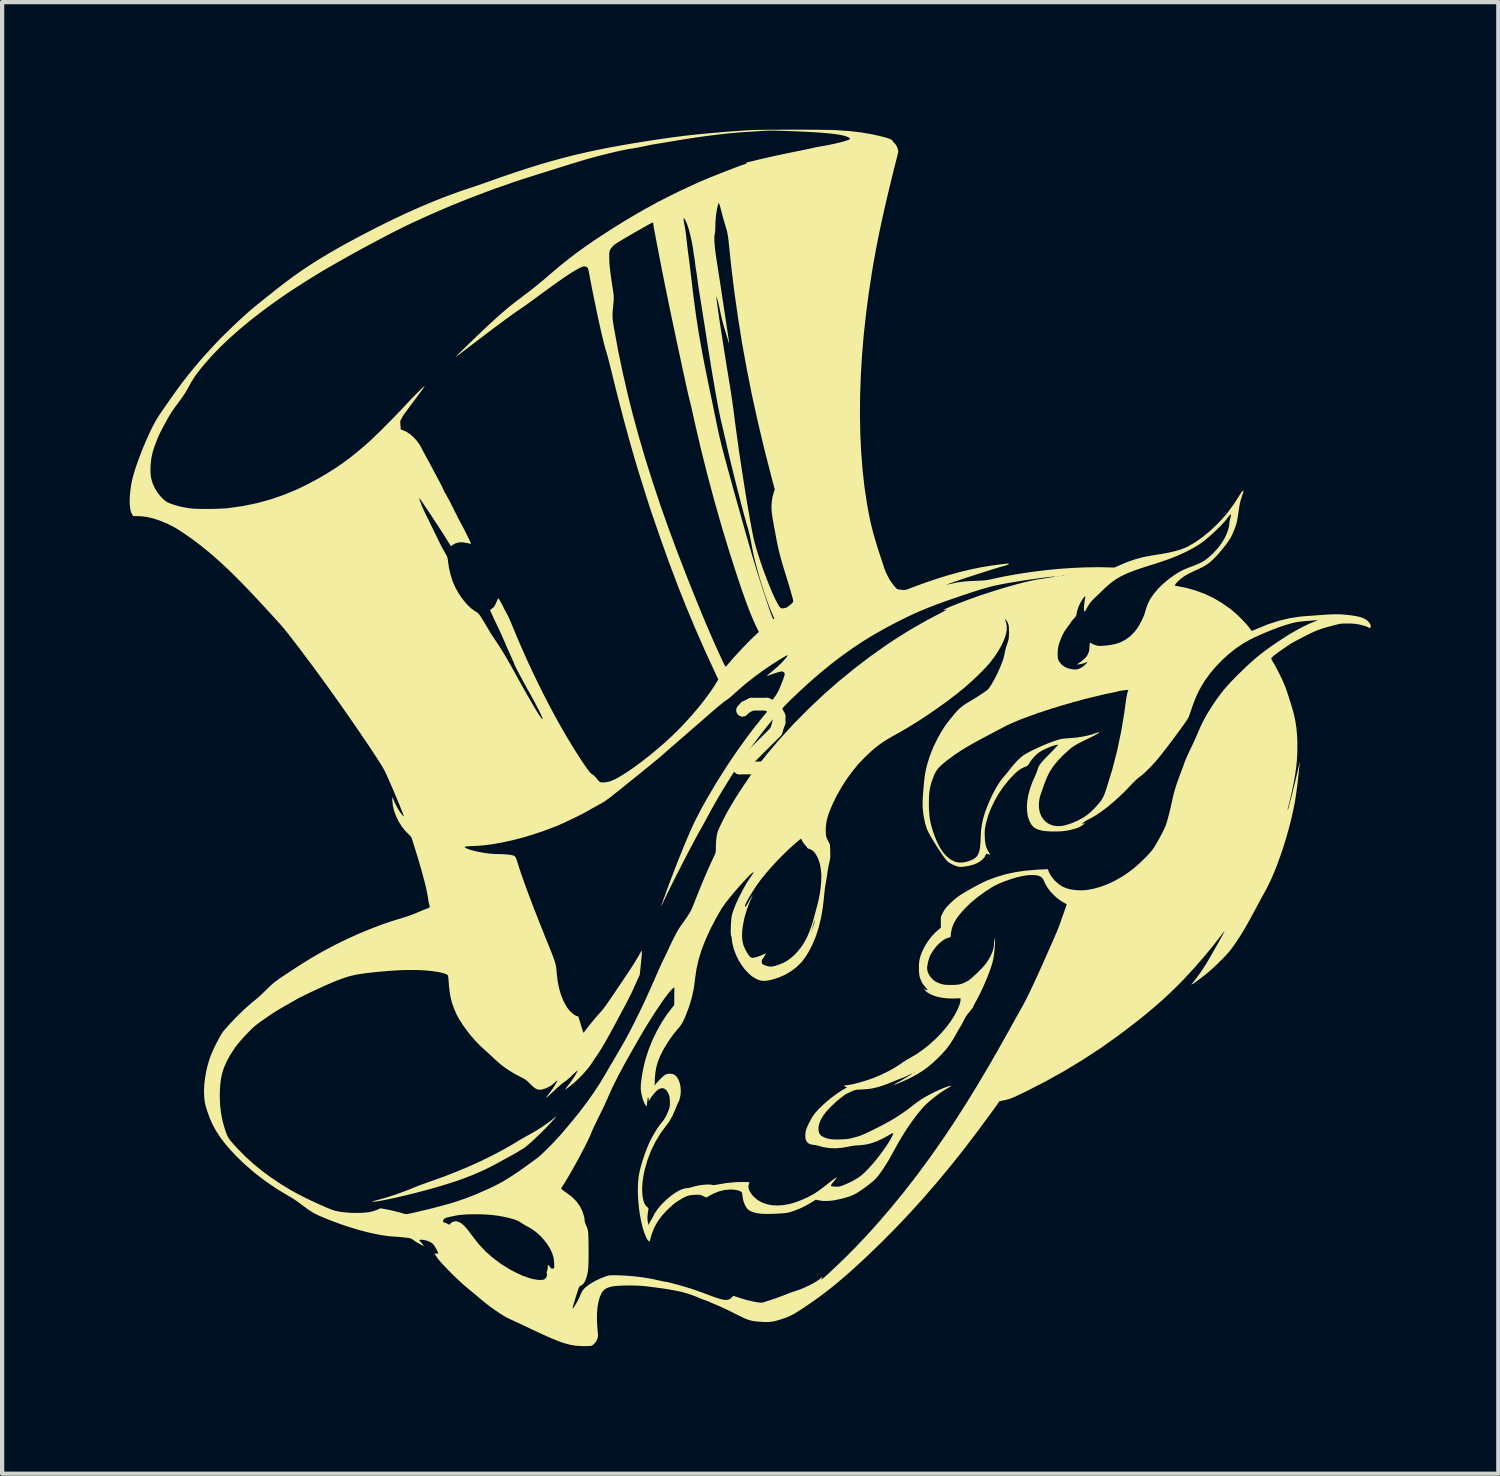
<source format=kicad_pcb>
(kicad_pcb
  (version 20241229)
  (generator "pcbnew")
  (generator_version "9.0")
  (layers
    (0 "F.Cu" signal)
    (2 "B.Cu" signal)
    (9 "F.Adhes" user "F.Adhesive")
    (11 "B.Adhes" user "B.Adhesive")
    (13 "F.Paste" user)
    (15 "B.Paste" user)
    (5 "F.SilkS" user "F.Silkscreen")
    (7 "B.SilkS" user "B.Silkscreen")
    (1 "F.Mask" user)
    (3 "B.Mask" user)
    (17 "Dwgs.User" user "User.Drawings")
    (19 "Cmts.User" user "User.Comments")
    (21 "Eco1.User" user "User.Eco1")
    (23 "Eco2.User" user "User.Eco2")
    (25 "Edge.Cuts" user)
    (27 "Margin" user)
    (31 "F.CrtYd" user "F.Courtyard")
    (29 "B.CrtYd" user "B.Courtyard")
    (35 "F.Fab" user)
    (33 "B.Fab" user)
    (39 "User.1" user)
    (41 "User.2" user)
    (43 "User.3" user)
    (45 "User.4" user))
  (footprint "2"
    (layer "F.Cu")
    (at 14.844 14.334)
    (property "Reference" "2" (at 0 0 0) (layer "F.SilkS") (effects (font (size 1.5 1.5) (thickness 0.3))))
    (attr board_only exclude_from_pos_files exclude_from_bom)
    (fp_poly (pts (xy -2.595 8.639) (xy -2.6 8.645) (xy -2.605 8.639) (xy -2.6 8.634)) (stroke (width 0) (type solid)) (fill yes) (layer "F.SilkS"))
    (fp_poly (pts (xy -2.507 11.735) (xy -2.513 11.741) (xy -2.518 11.735) (xy -2.513 11.73)) (stroke (width 0) (type solid)) (fill yes) (layer "F.SilkS"))
    (fp_poly (pts (xy -0.185 3.668) (xy -0.191 3.674) (xy -0.196 3.668) (xy -0.191 3.663)) (stroke (width 0) (type solid)) (fill yes) (layer "F.SilkS"))
    (fp_poly (pts (xy -4.817 8.883) (xy -4.827 8.897) (xy -4.849 8.924) (xy -4.873 8.95) (xy -4.933 9.017) (xy -5.001 9.089) (xy -5.073 9.164) (xy -5.148 9.239) (xy -5.224 9.313) (xy -5.299 9.385) (xy -5.37 9.451) (xy -5.437 9.511) (xy -5.495 9.561) (xy -5.545 9.602) (xy -5.583 9.629) (xy -5.603 9.641) (xy -5.625 9.652) (xy -5.636 9.659) (xy -5.648 9.667) (xy -5.674 9.683) (xy -5.709 9.705) (xy -5.75 9.729) (xy -5.792 9.753) (xy -5.83 9.774) (xy -5.849 9.785) (xy -5.912 9.819) (xy -5.974 9.853) (xy -6.029 9.883) (xy -6.056 9.898) (xy -6.238 9.998) (xy -6.415 10.089) (xy -6.593 10.172) (xy -6.773 10.25) (xy -6.96 10.323) (xy -7.158 10.394) (xy -7.37 10.463) (xy -7.6 10.532) (xy -7.615 10.536) (xy -7.751 10.575) (xy -7.89 10.613) (xy -8.032 10.65) (xy -8.173 10.686) (xy -8.312 10.721) (xy -8.447 10.753) (xy -8.575 10.783) (xy -8.695 10.809) (xy -8.804 10.832) (xy -8.901 10.851) (xy -8.983 10.866) (xy -9.049 10.875) (xy -9.097 10.879) (xy -9.105 10.879) (xy -9.129 10.879) (xy -9.14 10.877) (xy -9.136 10.873) (xy -9.116 10.867) (xy -9.078 10.857) (xy -9.043 10.848) (xy -8.806 10.782) (xy -8.573 10.707) (xy -8.336 10.619) (xy -8.17 10.553) (xy -8.107 10.527) (xy -8.029 10.497) (xy -7.944 10.465) (xy -7.858 10.434) (xy -7.784 10.408) (xy -7.484 10.301) (xy -7.188 10.187) (xy -6.899 10.067) (xy -6.621 9.942) (xy -6.354 9.813) (xy -6.103 9.682) (xy -5.87 9.55) (xy -5.761 9.485) (xy -5.698 9.446) (xy -5.63 9.406) (xy -5.564 9.368) (xy -5.507 9.336) (xy -5.492 9.328) (xy -5.306 9.224) (xy -5.136 9.117) (xy -4.985 9.01) (xy -4.923 8.962) (xy -4.873 8.922) (xy -4.84 8.895) (xy -4.821 8.882)) (stroke (width 0) (type solid)) (fill yes) (layer "F.SilkS"))
    (fp_poly (pts (xy 0.907 -14.334) (xy 1.048 -14.334) (xy 1.184 -14.333) (xy 1.314 -14.332) (xy 1.434 -14.331) (xy 1.543 -14.329) (xy 1.637 -14.328) (xy 1.715 -14.326) (xy 1.774 -14.324) (xy 1.777 -14.323) (xy 2.077 -14.302) (xy 2.36 -14.269) (xy 2.624 -14.224) (xy 2.785 -14.188) (xy 2.885 -14.163) (xy 2.964 -14.141) (xy 3.024 -14.12) (xy 3.067 -14.101) (xy 3.093 -14.083) (xy 3.106 -14.065) (xy 3.107 -14.058) (xy 3.115 -14.043) (xy 3.135 -14.024) (xy 3.139 -14.021) (xy 3.168 -13.991) (xy 3.195 -13.949) (xy 3.216 -13.9) (xy 3.23 -13.853) (xy 3.233 -13.814) (xy 3.232 -13.807) (xy 3.229 -13.792) (xy 3.22 -13.758) (xy 3.208 -13.708) (xy 3.192 -13.642) (xy 3.172 -13.564) (xy 3.15 -13.476) (xy 3.126 -13.379) (xy 3.101 -13.276) (xy 3.097 -13.261) (xy 3.024 -12.964) (xy 2.958 -12.685) (xy 2.897 -12.421) (xy 2.841 -12.168) (xy 2.789 -11.923) (xy 2.741 -11.684) (xy 2.696 -11.448) (xy 2.653 -11.211) (xy 2.617 -10.996) (xy 2.54 -10.496) (xy 2.475 -10.001) (xy 2.422 -9.512) (xy 2.381 -9.029) (xy 2.353 -8.554) (xy 2.336 -8.088) (xy 2.332 -7.633) (xy 2.34 -7.188) (xy 2.361 -6.757) (xy 2.393 -6.34) (xy 2.438 -5.937) (xy 2.495 -5.551) (xy 2.525 -5.385) (xy 2.546 -5.273) (xy 2.568 -5.166) (xy 2.591 -5.061) (xy 2.617 -4.957) (xy 2.644 -4.85) (xy 2.676 -4.739) (xy 2.711 -4.62) (xy 2.751 -4.49) (xy 2.797 -4.348) (xy 2.849 -4.19) (xy 2.901 -4.033) (xy 2.928 -3.958) (xy 2.957 -3.891) (xy 2.992 -3.821) (xy 3.011 -3.786) (xy 3.04 -3.736) (xy 3.075 -3.684) (xy 3.112 -3.634) (xy 3.148 -3.589) (xy 3.18 -3.554) (xy 3.205 -3.531) (xy 3.213 -3.527) (xy 3.233 -3.522) (xy 3.267 -3.517) (xy 3.309 -3.511) (xy 3.314 -3.511) (xy 3.347 -3.508) (xy 3.374 -3.507) (xy 3.399 -3.51) (xy 3.428 -3.517) (xy 3.466 -3.53) (xy 3.517 -3.549) (xy 3.537 -3.557) (xy 3.721 -3.625) (xy 4.35 -3.625) (xy 4.355 -3.619) (xy 4.361 -3.625) (xy 4.355 -3.63) (xy 4.35 -3.625) (xy 3.721 -3.625) (xy 3.839 -3.668) (xy 4.125 -3.766) (xy 4.399 -3.852) (xy 4.663 -3.925) (xy 4.918 -3.987) (xy 5.166 -4.039) (xy 5.411 -4.079) (xy 5.549 -4.098) (xy 5.634 -4.109) (xy 5.701 -4.117) (xy 5.75 -4.123) (xy 5.785 -4.127) (xy 5.809 -4.128) (xy 5.823 -4.128) (xy 5.83 -4.126) (xy 5.832 -4.123) (xy 5.832 -4.118) (xy 5.832 -4.117) (xy 5.822 -4.107) (xy 5.79 -4.094) (xy 5.739 -4.078) (xy 5.72 -4.073) (xy 5.671 -4.059) (xy 5.608 -4.041) (xy 5.532 -4.018) (xy 5.447 -3.992) (xy 5.355 -3.963) (xy 5.256 -3.931) (xy 5.154 -3.899) (xy 5.05 -3.865) (xy 4.947 -3.832) (xy 4.846 -3.799) (xy 4.75 -3.767) (xy 4.661 -3.737) (xy 4.58 -3.709) (xy 4.509 -3.685) (xy 4.452 -3.664) (xy 4.409 -3.649) (xy 4.383 -3.638) (xy 4.376 -3.633) (xy 4.387 -3.634) (xy 4.415 -3.64) (xy 4.455 -3.648) (xy 4.492 -3.657) (xy 4.586 -3.678) (xy 4.684 -3.694) (xy 4.79 -3.707) (xy 4.908 -3.716) (xy 5.043 -3.722) (xy 5.069 -3.723) (xy 5.155 -3.727) (xy 5.224 -3.731) (xy 5.281 -3.736) (xy 5.33 -3.742) (xy 5.377 -3.751) (xy 5.407 -3.758) (xy 5.705 -3.822) (xy 5.752 -3.83) (xy 6.964 -3.83) (xy 6.979 -3.829) (xy 6.982 -3.828) (xy 7.001 -3.83) (xy 7.003 -3.833) (xy 7.002 -3.834) (xy 6.98 -3.836) (xy 6.969 -3.834) (xy 6.964 -3.83) (xy 5.752 -3.83) (xy 5.819 -3.843) (xy 7.071 -3.843) (xy 7.083 -3.841) (xy 7.108 -3.841) (xy 7.135 -3.841) (xy 7.145 -3.843) (xy 7.138 -3.845) (xy 7.102 -3.847) (xy 7.078 -3.845) (xy 7.071 -3.843) (xy 5.819 -3.843) (xy 5.938 -3.865) (xy 7.282 -3.865) (xy 7.288 -3.859) (xy 7.293 -3.865) (xy 7.288 -3.87) (xy 7.282 -3.865) (xy 5.938 -3.865) (xy 6.017 -3.879) (xy 6.338 -3.928) (xy 6.665 -3.969) (xy 6.992 -4.002) (xy 7.315 -4.025) (xy 7.631 -4.039) (xy 7.934 -4.043) (xy 8.071 -4.041) (xy 8.32 -4.035) (xy 8.452 -4.095) (xy 8.634 -4.171) (xy 8.814 -4.232) (xy 8.998 -4.281) (xy 9.193 -4.318) (xy 9.255 -4.328) (xy 9.432 -4.356) (xy 9.589 -4.385) (xy 9.726 -4.417) (xy 9.845 -4.45) (xy 9.947 -4.486) (xy 10.034 -4.524) (xy 10.039 -4.527) (xy 10.211 -4.626) (xy 10.384 -4.746) (xy 10.557 -4.887) (xy 10.727 -5.047) (xy 10.839 -5.164) (xy 10.942 -5.282) (xy 11.038 -5.404) (xy 11.132 -5.536) (xy 11.227 -5.682) (xy 11.26 -5.736) (xy 11.293 -5.788) (xy 11.319 -5.822) (xy 11.337 -5.838) (xy 11.35 -5.837) (xy 11.353 -5.833) (xy 11.352 -5.82) (xy 11.344 -5.791) (xy 11.33 -5.75) (xy 11.316 -5.71) (xy 11.273 -5.568) (xy 11.256 -5.477) (xy 11.241 -5.375) (xy 11.228 -5.291) (xy 11.218 -5.224) (xy 11.208 -5.168) (xy 11.2 -5.123) (xy 11.191 -5.085) (xy 11.182 -5.051) (xy 11.171 -5.018) (xy 11.159 -4.984) (xy 11.144 -4.944) (xy 11.141 -4.937) (xy 11.117 -4.878) (xy 11.092 -4.82) (xy 11.068 -4.769) (xy 11.048 -4.731) (xy 11.046 -4.727) (xy 10.996 -4.651) (xy 10.936 -4.567) (xy 10.867 -4.48) (xy 10.795 -4.394) (xy 10.723 -4.313) (xy 10.654 -4.241) (xy 10.592 -4.184) (xy 10.585 -4.177) (xy 10.539 -4.14) (xy 10.494 -4.108) (xy 10.446 -4.078) (xy 10.392 -4.047) (xy 10.326 -4.015) (xy 10.244 -3.977) (xy 10.236 -3.973) (xy 10.173 -3.944) (xy 10.109 -3.913) (xy 10.051 -3.883) (xy 10.003 -3.857) (xy 9.992 -3.851) (xy 9.935 -3.813) (xy 9.879 -3.77) (xy 9.827 -3.725) (xy 9.784 -3.683) (xy 9.756 -3.646) (xy 9.754 -3.643) (xy 9.734 -3.609) (xy 9.77 -3.604) (xy 10.008 -3.557) (xy 10.232 -3.494) (xy 10.445 -3.415) (xy 10.648 -3.318) (xy 10.844 -3.203) (xy 11.035 -3.069) (xy 11.054 -3.054) (xy 11.111 -3.007) (xy 11.176 -2.95) (xy 11.243 -2.887) (xy 11.31 -2.822) (xy 11.372 -2.758) (xy 11.427 -2.699) (xy 11.468 -2.648) (xy 11.476 -2.638) (xy 11.504 -2.601) (xy 11.526 -2.571) (xy 11.541 -2.552) (xy 11.544 -2.548) (xy 11.556 -2.549) (xy 11.584 -2.558) (xy 11.624 -2.574) (xy 11.672 -2.594) (xy 11.681 -2.599) (xy 11.932 -2.701) (xy 12.184 -2.783) (xy 12.436 -2.843) (xy 12.688 -2.882) (xy 12.831 -2.894) (xy 12.885 -2.898) (xy 12.951 -2.902) (xy 13.021 -2.907) (xy 13.076 -2.911) (xy 13.195 -2.92) (xy 13.296 -2.927) (xy 13.381 -2.932) (xy 13.453 -2.935) (xy 13.517 -2.936) (xy 13.574 -2.936) (xy 13.629 -2.935) (xy 13.683 -2.931) (xy 13.741 -2.926) (xy 13.796 -2.921) (xy 13.913 -2.907) (xy 14.011 -2.891) (xy 14.092 -2.872) (xy 14.159 -2.85) (xy 14.214 -2.824) (xy 14.26 -2.792) (xy 14.279 -2.776) (xy 14.316 -2.734) (xy 14.339 -2.693) (xy 14.347 -2.655) (xy 14.338 -2.625) (xy 14.333 -2.619) (xy 14.318 -2.612) (xy 14.303 -2.62) (xy 14.284 -2.631) (xy 14.252 -2.645) (xy 14.215 -2.658) (xy 14.135 -2.682) (xy 14.06 -2.699) (xy 13.986 -2.71) (xy 13.904 -2.717) (xy 13.812 -2.719) (xy 13.752 -2.719) (xy 13.705 -2.718) (xy 13.666 -2.716) (xy 13.629 -2.712) (xy 13.588 -2.704) (xy 13.54 -2.693) (xy 13.478 -2.677) (xy 13.447 -2.668) (xy 13.348 -2.642) (xy 13.263 -2.618) (xy 13.186 -2.594) (xy 13.115 -2.568) (xy 13.044 -2.54) (xy 12.97 -2.507) (xy 12.889 -2.468) (xy 12.796 -2.421) (xy 12.705 -2.374) (xy 12.631 -2.335) (xy 12.572 -2.304) (xy 12.522 -2.276) (xy 12.478 -2.251) (xy 12.435 -2.224) (xy 12.388 -2.192) (xy 12.332 -2.154) (xy 12.269 -2.111) (xy 12.193 -2.058) (xy 12.128 -2.009) (xy 12.074 -1.968) (xy 12.035 -1.934) (xy 12.011 -1.91) (xy 12.006 -1.901) (xy 12.009 -1.887) (xy 12.022 -1.858) (xy 12.042 -1.82) (xy 12.063 -1.786) (xy 12.102 -1.719) (xy 12.146 -1.637) (xy 12.192 -1.547) (xy 12.238 -1.453) (xy 12.28 -1.362) (xy 12.316 -1.279) (xy 12.33 -1.245) (xy 12.352 -1.186) (xy 12.378 -1.111) (xy 12.407 -1.024) (xy 12.437 -0.931) (xy 12.466 -0.837) (xy 12.494 -0.746) (xy 12.518 -0.663) (xy 12.537 -0.594) (xy 12.543 -0.57) (xy 12.575 -0.415) (xy 12.599 -0.252) (xy 12.614 -0.075) (xy 12.62 0.06) (xy 12.621 0.245) (xy 12.614 0.43) (xy 12.598 0.619) (xy 12.572 0.815) (xy 12.536 1.022) (xy 12.491 1.241) (xy 12.443 1.444) (xy 12.427 1.508) (xy 12.413 1.566) (xy 12.401 1.613) (xy 12.393 1.647) (xy 12.389 1.662) (xy 12.389 1.669) (xy 12.397 1.657) (xy 12.4 1.652) (xy 12.407 1.633) (xy 12.418 1.595) (xy 12.432 1.542) (xy 12.45 1.475) (xy 12.47 1.397) (xy 12.492 1.311) (xy 12.515 1.219) (xy 12.538 1.125) (xy 12.562 1.03) (xy 12.584 0.936) (xy 12.605 0.848) (xy 12.624 0.767) (xy 12.64 0.695) (xy 12.653 0.636) (xy 12.662 0.592) (xy 12.667 0.566) (xy 12.667 0.561) (xy 12.67 0.547) (xy 12.673 0.547) (xy 12.673 0.559) (xy 12.671 0.59) (xy 12.667 0.636) (xy 12.661 0.696) (xy 12.654 0.766) (xy 12.646 0.843) (xy 12.637 0.924) (xy 12.628 1.007) (xy 12.618 1.089) (xy 12.608 1.166) (xy 12.599 1.237) (xy 12.591 1.297) (xy 12.59 1.303) (xy 12.559 1.494) (xy 12.519 1.694) (xy 12.472 1.902) (xy 12.417 2.113) (xy 12.357 2.325) (xy 12.292 2.536) (xy 12.223 2.742) (xy 12.151 2.94) (xy 12.077 3.128) (xy 12.001 3.303) (xy 11.925 3.462) (xy 11.85 3.602) (xy 11.85 3.603) (xy 11.823 3.65) (xy 11.789 3.711) (xy 11.751 3.782) (xy 11.711 3.856) (xy 11.672 3.929) (xy 11.666 3.941) (xy 11.552 4.153) (xy 11.445 4.347) (xy 11.343 4.522) (xy 11.247 4.676) (xy 11.157 4.811) (xy 11.075 4.926) (xy 11.035 4.976) (xy 10.984 5.037) (xy 10.919 5.107) (xy 10.845 5.183) (xy 10.766 5.262) (xy 10.684 5.341) (xy 10.604 5.414) (xy 10.53 5.48) (xy 10.489 5.514) (xy 10.436 5.556) (xy 10.38 5.599) (xy 10.324 5.642) (xy 10.271 5.681) (xy 10.222 5.716) (xy 10.18 5.745) (xy 10.149 5.764) (xy 10.131 5.774) (xy 10.127 5.774) (xy 10.134 5.764) (xy 10.151 5.741) (xy 10.177 5.709) (xy 10.198 5.684) (xy 10.246 5.623) (xy 10.301 5.547) (xy 10.361 5.461) (xy 10.422 5.369) (xy 10.481 5.277) (xy 10.534 5.187) (xy 10.555 5.151) (xy 10.593 5.084) (xy 10.637 5.008) (xy 10.68 4.932) (xy 10.717 4.867) (xy 10.755 4.802) (xy 10.79 4.738) (xy 10.824 4.678) (xy 10.853 4.624) (xy 10.877 4.578) (xy 10.895 4.544) (xy 10.904 4.523) (xy 10.904 4.518) (xy 10.904 4.519) (xy 10.893 4.531) (xy 10.872 4.558) (xy 10.845 4.593) (xy 10.819 4.628) (xy 10.627 4.875) (xy 10.419 5.126) (xy 10.199 5.378) (xy 9.972 5.624) (xy 9.93 5.669) (xy 9.772 5.829) (xy 9.608 5.988) (xy 9.435 6.147) (xy 9.251 6.308) (xy 9.054 6.473) (xy 8.843 6.642) (xy 8.616 6.817) (xy 8.394 6.984) (xy 7.991 7.27) (xy 7.571 7.545) (xy 7.136 7.808) (xy 6.689 8.057) (xy 6.231 8.291) (xy 6.208 8.302) (xy 6.11 8.349) (xy 6.028 8.388) (xy 5.96 8.419) (xy 5.901 8.443) (xy 5.849 8.462) (xy 5.8 8.477) (xy 5.752 8.489) (xy 5.71 8.498) (xy 5.616 8.516) (xy 5.455 8.741) (xy 5.128 9.186) (xy 4.805 9.611) (xy 4.483 10.017) (xy 4.16 10.407) (xy 3.836 10.782) (xy 3.509 11.144) (xy 3.178 11.493) (xy 2.842 11.833) (xy 2.631 12.037) (xy 2.445 12.214) (xy 2.271 12.375) (xy 2.107 12.524) (xy 1.951 12.66) (xy 1.802 12.787) (xy 1.657 12.905) (xy 1.513 13.017) (xy 1.37 13.124) (xy 1.226 13.227) (xy 1.077 13.329) (xy 1.045 13.351) (xy 0.953 13.411) (xy 0.876 13.461) (xy 0.809 13.502) (xy 0.751 13.535) (xy 0.698 13.562) (xy 0.646 13.586) (xy 0.592 13.608) (xy 0.533 13.629) (xy 0.492 13.642) (xy 0.401 13.67) (xy 0.324 13.691) (xy 0.255 13.703) (xy 0.186 13.71) (xy 0.112 13.711) (xy 0.027 13.707) (xy -0.002 13.705) (xy -0.07 13.7) (xy -0.128 13.694) (xy -0.179 13.687) (xy -0.227 13.677) (xy -0.275 13.664) (xy -0.324 13.647) (xy -0.379 13.624) (xy -0.443 13.595) (xy -0.518 13.558) (xy -0.607 13.513) (xy -0.676 13.478) (xy -0.749 13.442) (xy -0.83 13.403) (xy -0.913 13.365) (xy -0.987 13.332) (xy -1.009 13.323) (xy -1.069 13.297) (xy -1.127 13.273) (xy -1.177 13.251) (xy -1.215 13.234) (xy -1.227 13.228) (xy -1.26 13.213) (xy -1.287 13.204) (xy -1.297 13.201) (xy -1.311 13.197) (xy -1.342 13.186) (xy -1.384 13.17) (xy -1.434 13.15) (xy -1.443 13.146) (xy -1.542 13.105) (xy -1.636 13.07) (xy -1.728 13.04) (xy -1.821 13.013) (xy -1.92 12.989) (xy -2.029 12.967) (xy -2.149 12.946) (xy -2.286 12.924) (xy -2.366 12.913) (xy -2.487 12.896) (xy -2.591 12.883) (xy -2.682 12.872) (xy -2.763 12.864) (xy -2.839 12.858) (xy -2.914 12.854) (xy -2.991 12.852) (xy -3.075 12.851) (xy -3.101 12.851) (xy -3.235 12.853) (xy -3.348 12.858) (xy -3.444 12.867) (xy -3.524 12.881) (xy -3.59 12.9) (xy -3.644 12.925) (xy -3.687 12.956) (xy -3.722 12.994) (xy -3.749 13.037) (xy -3.79 13.133) (xy -3.821 13.247) (xy -3.842 13.378) (xy -3.853 13.523) (xy -3.853 13.682) (xy -3.843 13.853) (xy -3.836 13.927) (xy -3.831 13.982) (xy -3.829 14.022) (xy -3.831 14.054) (xy -3.838 14.085) (xy -3.841 14.097) (xy -3.862 14.147) (xy -3.894 14.195) (xy -3.931 14.236) (xy -3.969 14.263) (xy -3.982 14.269) (xy -4.01 14.273) (xy -4.054 14.276) (xy -4.11 14.277) (xy -4.174 14.277) (xy -4.239 14.275) (xy -4.302 14.271) (xy -4.357 14.267) (xy -4.385 14.263) (xy -4.442 14.253) (xy -4.498 14.242) (xy -4.555 14.228) (xy -4.614 14.211) (xy -4.677 14.191) (xy -4.745 14.166) (xy -4.821 14.137) (xy -4.906 14.101) (xy -5.001 14.06) (xy -5.109 14.011) (xy -5.231 13.955) (xy -5.369 13.891) (xy -5.524 13.817) (xy -5.56 13.801) (xy -5.634 13.766) (xy -5.71 13.73) (xy -5.782 13.697) (xy -5.845 13.667) (xy -5.895 13.644) (xy -5.909 13.638) (xy -5.978 13.604) (xy -6.06 13.556) (xy -6.151 13.499) (xy -6.248 13.433) (xy -6.349 13.361) (xy -6.449 13.285) (xy -6.546 13.207) (xy -6.612 13.152) (xy -6.652 13.118) (xy -6.705 13.073) (xy -6.765 13.024) (xy -6.828 12.972) (xy -6.884 12.926) (xy -6.95 12.87) (xy -7.023 12.806) (xy -7.1 12.735) (xy -7.18 12.659) (xy -7.26 12.581) (xy -7.338 12.503) (xy -7.411 12.428) (xy -7.477 12.357) (xy -7.534 12.293) (xy -7.58 12.239) (xy -7.613 12.196) (xy -7.618 12.188) (xy -7.674 12.1) (xy -7.63 12.1) (xy -7.603 12.099) (xy -7.588 12.095) (xy -7.587 12.093) (xy -7.593 12.072) (xy -7.608 12.039) (xy -7.63 11.998) (xy -7.655 11.955) (xy -7.68 11.915) (xy -7.703 11.884) (xy -7.717 11.868) (xy -7.772 11.83) (xy -7.842 11.8) (xy -7.92 11.781) (xy -7.961 11.776) (xy -8.004 11.774) (xy -8.028 11.778) (xy -8.033 11.787) (xy -8.02 11.804) (xy -8.014 11.81) (xy -7.997 11.829) (xy -7.973 11.858) (xy -7.957 11.879) (xy -7.921 11.93) (xy -8.018 11.878) (xy -8.067 11.85) (xy -8.117 11.82) (xy -8.158 11.792) (xy -8.172 11.783) (xy -8.196 11.765) (xy -8.217 11.752) (xy -8.241 11.743) (xy -8.27 11.736) (xy -8.312 11.73) (xy -8.369 11.723) (xy -8.433 11.716) (xy -8.499 11.71) (xy -8.56 11.705) (xy -8.601 11.703) (xy -8.747 11.692) (xy -8.909 11.669) (xy -9.084 11.636) (xy -9.271 11.594) (xy -9.467 11.541) (xy -9.669 11.48) (xy -9.876 11.411) (xy -10.084 11.334) (xy -10.09 11.332) (xy -7.473 11.332) (xy -7.469 11.355) (xy -7.455 11.367) (xy -7.438 11.371) (xy -7.406 11.381) (xy -7.37 11.398) (xy -7.364 11.401) (xy -7.324 11.425) (xy -7.297 11.392) (xy -7.259 11.362) (xy -7.211 11.345) (xy -7.16 11.341) (xy -7.148 11.343) (xy -7.102 11.358) (xy -7.056 11.382) (xy -7.009 11.417) (xy -6.959 11.465) (xy -6.904 11.528) (xy -6.842 11.607) (xy -6.776 11.697) (xy -6.635 11.878) (xy -6.477 12.046) (xy -6.302 12.201) (xy -6.111 12.343) (xy -5.906 12.471) (xy -5.75 12.553) (xy -5.609 12.618) (xy -5.48 12.666) (xy -5.363 12.699) (xy -5.256 12.717) (xy -5.193 12.721) (xy -5.148 12.72) (xy -5.116 12.715) (xy -5.09 12.704) (xy -5.079 12.697) (xy -5.046 12.663) (xy -5.029 12.622) (xy -5.03 12.578) (xy -5.033 12.57) (xy -5.038 12.54) (xy -5.028 12.509) (xy -5.028 12.508) (xy -5.017 12.478) (xy -5.011 12.439) (xy -5.01 12.419) (xy -5.009 12.387) (xy -5.006 12.367) (xy -5.004 12.362) (xy -4.995 12.371) (xy -4.977 12.391) (xy -4.961 12.412) (xy -4.938 12.441) (xy -4.921 12.454) (xy -4.904 12.456) (xy -4.896 12.455) (xy -4.873 12.447) (xy -4.862 12.442) (xy -4.859 12.427) (xy -4.858 12.396) (xy -4.859 12.354) (xy -4.862 12.305) (xy -4.867 12.256) (xy -4.873 12.211) (xy -4.879 12.178) (xy -4.911 12.079) (xy -4.961 11.976) (xy -5.026 11.873) (xy -5.104 11.773) (xy -5.191 11.679) (xy -5.286 11.595) (xy -5.384 11.523) (xy -5.468 11.475) (xy -5.516 11.45) (xy -5.565 11.421) (xy -5.604 11.397) (xy -5.646 11.37) (xy -5.689 11.344) (xy -5.714 11.331) (xy -5.765 11.309) (xy -5.834 11.287) (xy -5.917 11.264) (xy -6.009 11.243) (xy -6.107 11.223) (xy -6.186 11.21) (xy -6.294 11.196) (xy -6.413 11.186) (xy -6.537 11.179) (xy -6.664 11.176) (xy -6.789 11.176) (xy -6.909 11.179) (xy -7.019 11.187) (xy -7.115 11.197) (xy -7.194 11.211) (xy -7.194 11.211) (xy -7.246 11.223) (xy -7.302 11.234) (xy -7.335 11.241) (xy -7.398 11.257) (xy -7.443 11.28) (xy -7.468 11.309) (xy -7.473 11.332) (xy -10.09 11.332) (xy -10.189 11.293) (xy -10.279 11.256) (xy -10.355 11.224) (xy -10.421 11.195) (xy -10.48 11.165) (xy -10.536 11.134) (xy -10.592 11.099) (xy -10.653 11.058) (xy -10.721 11.009) (xy -10.801 10.95) (xy -10.858 10.906) (xy -10.912 10.867) (xy -10.974 10.826) (xy -11.034 10.788) (xy -11.065 10.77) (xy -11.366 10.59) (xy -11.649 10.398) (xy -11.914 10.194) (xy -12.163 9.978) (xy -12.33 9.815) (xy -12.477 9.659) (xy -12.605 9.51) (xy -12.715 9.364) (xy -12.81 9.219) (xy -12.89 9.074) (xy -12.956 8.926) (xy -13.003 8.797) (xy -13.029 8.719) (xy -13.048 8.657) (xy -13.062 8.605) (xy -13.073 8.559) (xy -13.08 8.514) (xy -13.086 8.465) (xy -13.091 8.406) (xy -13.092 8.398) (xy -13.092 8.389) (xy -12.725 8.389) (xy -12.718 8.6) (xy -12.695 8.8) (xy -12.656 8.995) (xy -12.6 9.19) (xy -12.582 9.242) (xy -12.565 9.288) (xy -12.547 9.329) (xy -12.527 9.367) (xy -12.503 9.405) (xy -12.472 9.447) (xy -12.432 9.494) (xy -12.382 9.55) (xy -12.319 9.618) (xy -12.292 9.647) (xy -12.118 9.822) (xy -11.936 9.988) (xy -11.742 10.147) (xy -11.534 10.301) (xy -11.309 10.452) (xy -11.125 10.566) (xy -11.017 10.629) (xy -10.893 10.696) (xy -10.758 10.766) (xy -10.616 10.836) (xy -10.471 10.904) (xy -10.33 10.968) (xy -10.195 11.026) (xy -10.084 11.071) (xy -10 11.097) (xy -9.897 11.117) (xy -9.777 11.132) (xy -9.643 11.142) (xy -9.5 11.145) (xy -9.378 11.142) (xy -9.272 11.134) (xy -9.18 11.12) (xy -9.099 11.099) (xy -9.024 11.071) (xy -8.941 11.035) (xy -8.834 11.056) (xy -8.75 11.072) (xy -8.663 11.091) (xy -8.579 11.111) (xy -8.504 11.131) (xy -8.443 11.148) (xy -8.432 11.152) (xy -8.392 11.163) (xy -8.357 11.171) (xy -8.338 11.173) (xy -8.319 11.171) (xy -8.282 11.164) (xy -8.232 11.154) (xy -8.171 11.141) (xy -8.102 11.125) (xy -8.076 11.119) (xy -7.887 11.074) (xy -7.716 11.032) (xy -7.562 10.992) (xy -7.422 10.954) (xy -7.294 10.918) (xy -7.175 10.881) (xy -7.063 10.844) (xy -6.955 10.806) (xy -6.849 10.766) (xy -6.742 10.724) (xy -6.704 10.708) (xy -6.575 10.653) (xy -6.457 10.601) (xy -6.386 10.569) (xy -4.697 10.569) (xy -4.674 10.593) (xy -4.656 10.609) (xy -4.625 10.633) (xy -4.584 10.662) (xy -4.545 10.689) (xy -4.43 10.777) (xy -4.334 10.876) (xy -4.255 10.985) (xy -4.196 11.103) (xy -4.159 11.22) (xy -4.15 11.264) (xy -4.144 11.306) (xy -4.143 11.33) (xy -4.137 11.363) (xy -4.124 11.404) (xy -4.115 11.425) (xy -4.099 11.458) (xy -4.086 11.489) (xy -4.076 11.522) (xy -4.067 11.559) (xy -4.061 11.602) (xy -4.057 11.653) (xy -4.054 11.716) (xy -4.052 11.793) (xy -4.051 11.886) (xy -4.05 11.998) (xy -4.05 12.019) (xy -4.05 12.139) (xy -4.051 12.241) (xy -4.053 12.326) (xy -4.056 12.398) (xy -4.06 12.459) (xy -4.067 12.512) (xy -4.074 12.56) (xy -4.085 12.605) (xy -4.097 12.65) (xy -4.105 12.678) (xy -4.134 12.75) (xy -4.17 12.806) (xy -4.212 12.843) (xy -4.234 12.854) (xy -4.247 12.859) (xy -4.258 12.866) (xy -4.267 12.879) (xy -4.278 12.899) (xy -4.29 12.931) (xy -4.305 12.976) (xy -4.325 13.039) (xy -4.332 13.059) (xy -4.357 13.14) (xy -4.38 13.215) (xy -4.399 13.281) (xy -4.414 13.334) (xy -4.423 13.371) (xy -4.426 13.391) (xy -4.424 13.397) (xy -4.417 13.392) (xy -4.404 13.374) (xy -4.383 13.341) (xy -4.353 13.292) (xy -4.35 13.288) (xy -4.319 13.234) (xy -4.289 13.176) (xy -4.263 13.122) (xy -4.251 13.093) (xy -4.231 13.046) (xy -4.209 13.001) (xy -4.188 12.967) (xy -4.186 12.963) (xy -4.138 12.909) (xy -4.07 12.853) (xy -3.987 12.797) (xy -3.891 12.742) (xy -3.784 12.691) (xy -3.669 12.645) (xy -3.668 12.645) (xy -3.632 12.631) (xy -3.602 12.622) (xy -3.574 12.615) (xy -3.544 12.612) (xy -3.506 12.61) (xy -3.457 12.61) (xy -3.39 12.611) (xy -3.236 12.616) (xy -3.073 12.627) (xy -2.909 12.643) (xy -2.749 12.664) (xy -2.6 12.689) (xy -2.496 12.71) (xy -2.417 12.728) (xy -2.356 12.742) (xy -2.311 12.752) (xy -2.279 12.758) (xy -2.257 12.763) (xy -2.242 12.765) (xy -2.231 12.765) (xy -2.229 12.765) (xy -2.208 12.768) (xy -2.17 12.777) (xy -2.117 12.79) (xy -2.054 12.806) (xy -1.983 12.826) (xy -1.907 12.847) (xy -1.83 12.869) (xy -1.755 12.891) (xy -1.685 12.912) (xy -1.624 12.931) (xy -1.624 12.931) (xy -1.557 12.954) (xy -1.477 12.982) (xy -1.391 13.013) (xy -1.306 13.044) (xy -1.247 13.066) (xy -1.134 13.109) (xy -1.038 13.142) (xy -0.959 13.167) (xy -0.893 13.183) (xy -0.838 13.191) (xy -0.793 13.19) (xy -0.756 13.182) (xy -0.724 13.167) (xy -0.695 13.144) (xy -0.682 13.131) (xy -0.648 13.093) (xy -0.468 13.152) (xy -0.385 13.178) (xy -0.297 13.201) (xy -0.21 13.222) (xy -0.128 13.238) (xy -0.056 13.25) (xy 0.002 13.256) (xy 0.017 13.256) (xy 0.039 13.252) (xy 0.079 13.242) (xy 0.132 13.225) (xy 0.197 13.204) (xy 0.271 13.18) (xy 0.349 13.152) (xy 0.43 13.123) (xy 0.51 13.094) (xy 0.586 13.064) (xy 0.605 13.057) (xy 0.663 13.034) (xy 0.718 13.014) (xy 0.765 12.997) (xy 0.799 12.986) (xy 0.807 12.983) (xy 0.874 12.962) (xy 0.952 12.933) (xy 1.035 12.898) (xy 1.119 12.858) (xy 1.2 12.817) (xy 1.274 12.776) (xy 1.336 12.738) (xy 1.383 12.703) (xy 1.389 12.698) (xy 1.423 12.669) (xy 1.443 12.656) (xy 1.449 12.658) (xy 1.441 12.675) (xy 1.432 12.687) (xy 1.42 12.707) (xy 1.419 12.714) (xy 1.43 12.71) (xy 1.452 12.694) (xy 1.487 12.665) (xy 1.534 12.623) (xy 1.596 12.567) (xy 1.671 12.497) (xy 1.761 12.412) (xy 1.83 12.347) (xy 2.027 12.156) (xy 2.232 11.949) (xy 2.44 11.729) (xy 2.649 11.501) (xy 2.813 11.316) (xy 3.074 11.01) (xy 3.33 10.697) (xy 3.582 10.376) (xy 3.832 10.044) (xy 4.08 9.7) (xy 4.326 9.345) (xy 4.572 8.975) (xy 4.818 8.591) (xy 5.065 8.19) (xy 5.314 7.772) (xy 5.566 7.336) (xy 5.822 6.88) (xy 5.892 6.753) (xy 5.937 6.672) (xy 5.983 6.589) (xy 6.028 6.508) (xy 6.069 6.435) (xy 6.105 6.372) (xy 6.132 6.324) (xy 6.135 6.32) (xy 6.177 6.244) (xy 6.228 6.147) (xy 6.286 6.031) (xy 6.352 5.894) (xy 6.426 5.737) (xy 6.507 5.56) (xy 6.596 5.364) (xy 6.693 5.147) (xy 6.759 4.998) (xy 6.812 4.878) (xy 6.857 4.776) (xy 6.895 4.689) (xy 6.926 4.617) (xy 6.952 4.557) (xy 6.973 4.507) (xy 6.99 4.465) (xy 7.004 4.43) (xy 7.016 4.399) (xy 7.02 4.388) (xy 7.037 4.341) (xy 7.057 4.285) (xy 7.079 4.222) (xy 7.102 4.157) (xy 7.125 4.092) (xy 7.146 4.03) (xy 7.165 3.976) (xy 7.18 3.931) (xy 7.19 3.9) (xy 7.195 3.886) (xy 7.195 3.886) (xy 7.186 3.879) (xy 7.163 3.865) (xy 7.132 3.849) (xy 7.048 3.799) (xy 6.964 3.735) (xy 6.883 3.66) (xy 6.808 3.579) (xy 6.745 3.495) (xy 6.696 3.413) (xy 6.677 3.372) (xy 6.649 3.309) (xy 6.617 3.263) (xy 6.578 3.232) (xy 6.528 3.212) (xy 6.462 3.201) (xy 6.428 3.198) (xy 6.314 3.198) (xy 6.185 3.214) (xy 6.042 3.245) (xy 5.885 3.292) (xy 5.738 3.344) (xy 5.66 3.375) (xy 5.594 3.403) (xy 5.536 3.431) (xy 5.479 3.461) (xy 5.419 3.496) (xy 5.35 3.54) (xy 5.287 3.581) (xy 5.102 3.714) (xy 4.934 3.853) (xy 4.787 3.997) (xy 4.659 4.146) (xy 4.644 4.166) (xy 4.577 4.264) (xy 4.528 4.358) (xy 4.494 4.453) (xy 4.474 4.555) (xy 4.471 4.588) (xy 4.464 4.658) (xy 4.414 4.671) (xy 4.344 4.698) (xy 4.271 4.743) (xy 4.198 4.804) (xy 4.127 4.878) (xy 4.061 4.963) (xy 4.003 5.055) (xy 3.981 5.096) (xy 3.963 5.142) (xy 3.945 5.201) (xy 3.93 5.265) (xy 3.918 5.328) (xy 3.912 5.381) (xy 3.912 5.389) (xy 3.922 5.461) (xy 3.952 5.535) (xy 4.001 5.606) (xy 4.019 5.626) (xy 4.067 5.672) (xy 4.117 5.707) (xy 4.176 5.735) (xy 4.241 5.758) (xy 4.278 5.768) (xy 4.313 5.775) (xy 4.352 5.78) (xy 4.401 5.782) (xy 4.464 5.783) (xy 4.48 5.783) (xy 4.567 5.781) (xy 4.639 5.775) (xy 4.702 5.762) (xy 4.762 5.742) (xy 4.825 5.712) (xy 4.862 5.693) (xy 4.897 5.67) (xy 4.942 5.634) (xy 4.996 5.587) (xy 5.054 5.534) (xy 5.114 5.476) (xy 5.172 5.418) (xy 5.225 5.362) (xy 5.27 5.311) (xy 5.298 5.276) (xy 5.36 5.183) (xy 5.412 5.088) (xy 5.451 4.994) (xy 5.476 4.906) (xy 5.484 4.831) (xy 5.488 4.784) (xy 5.495 4.734) (xy 5.5 4.715) (xy 5.505 4.694) (xy 5.509 4.685) (xy 5.511 4.69) (xy 5.511 4.711) (xy 5.51 4.751) (xy 5.509 4.797) (xy 5.501 4.924) (xy 5.488 5.046) (xy 5.471 5.157) (xy 5.45 5.252) (xy 5.444 5.272) (xy 5.406 5.394) (xy 5.357 5.528) (xy 5.299 5.671) (xy 5.236 5.817) (xy 5.168 5.961) (xy 5.099 6.099) (xy 5.04 6.205) (xy 5.019 6.245) (xy 5.003 6.278) (xy 4.994 6.301) (xy 4.993 6.305) (xy 4.985 6.326) (xy 4.979 6.33) (xy 4.965 6.344) (xy 4.944 6.368) (xy 4.934 6.383) (xy 4.905 6.42) (xy 4.874 6.458) (xy 4.866 6.467) (xy 4.845 6.495) (xy 4.819 6.536) (xy 4.792 6.583) (xy 4.779 6.608) (xy 4.752 6.661) (xy 4.722 6.716) (xy 4.694 6.764) (xy 4.685 6.78) (xy 4.66 6.822) (xy 4.629 6.874) (xy 4.598 6.929) (xy 4.584 6.956) (xy 4.513 7.078) (xy 4.44 7.189) (xy 4.36 7.294) (xy 4.269 7.397) (xy 4.164 7.505) (xy 4.152 7.517) (xy 4.032 7.627) (xy 3.917 7.722) (xy 3.8 7.806) (xy 3.677 7.883) (xy 3.541 7.956) (xy 3.494 7.98) (xy 3.436 8.007) (xy 3.375 8.035) (xy 3.313 8.062) (xy 3.254 8.087) (xy 3.202 8.107) (xy 3.16 8.123) (xy 3.133 8.131) (xy 3.126 8.132) (xy 3.13 8.127) (xy 3.15 8.115) (xy 3.183 8.096) (xy 3.226 8.072) (xy 3.232 8.069) (xy 3.276 8.045) (xy 3.326 8.017) (xy 3.378 7.986) (xy 3.43 7.955) (xy 3.478 7.925) (xy 3.519 7.899) (xy 3.548 7.879) (xy 3.563 7.866) (xy 3.565 7.864) (xy 3.556 7.867) (xy 3.532 7.877) (xy 3.497 7.894) (xy 3.477 7.904) (xy 3.425 7.929) (xy 3.368 7.954) (xy 3.317 7.974) (xy 3.31 7.976) (xy 3.269 7.991) (xy 3.215 8.013) (xy 3.155 8.037) (xy 3.096 8.061) (xy 3.096 8.061) (xy 2.97 8.113) (xy 2.859 8.153) (xy 2.757 8.185) (xy 2.661 8.208) (xy 2.566 8.225) (xy 2.467 8.235) (xy 2.392 8.239) (xy 2.334 8.242) (xy 2.29 8.244) (xy 2.254 8.247) (xy 2.223 8.253) (xy 2.193 8.262) (xy 2.159 8.276) (xy 2.116 8.295) (xy 2.061 8.321) (xy 2.008 8.347) (xy 1.982 8.363) (xy 1.943 8.391) (xy 1.895 8.428) (xy 1.842 8.471) (xy 1.787 8.517) (xy 1.782 8.521) (xy 1.66 8.634) (xy 1.558 8.741) (xy 1.477 8.843) (xy 1.417 8.941) (xy 1.378 9.034) (xy 1.358 9.123) (xy 1.358 9.199) (xy 1.37 9.258) (xy 1.395 9.302) (xy 1.435 9.338) (xy 1.477 9.36) (xy 1.535 9.384) (xy 1.596 9.401) (xy 1.663 9.411) (xy 1.741 9.417) (xy 1.835 9.417) (xy 1.868 9.416) (xy 1.941 9.413) (xy 1.999 9.409) (xy 2.049 9.404) (xy 2.096 9.395) (xy 2.148 9.384) (xy 2.176 9.376) (xy 2.232 9.361) (xy 2.282 9.347) (xy 2.329 9.331) (xy 2.376 9.313) (xy 2.428 9.291) (xy 2.488 9.264) (xy 2.56 9.23) (xy 2.646 9.188) (xy 2.665 9.179) (xy 2.847 9.087) (xy 3.011 8.998) (xy 3.16 8.911) (xy 3.297 8.822) (xy 3.427 8.731) (xy 3.552 8.636) (xy 3.556 8.632) (xy 3.613 8.588) (xy 3.676 8.542) (xy 3.737 8.499) (xy 3.79 8.464) (xy 3.794 8.462) (xy 3.868 8.417) (xy 3.949 8.372) (xy 4.034 8.328) (xy 4.119 8.286) (xy 4.203 8.248) (xy 4.28 8.214) (xy 4.35 8.187) (xy 4.409 8.167) (xy 4.453 8.156) (xy 4.471 8.154) (xy 4.478 8.158) (xy 4.466 8.169) (xy 4.436 8.187) (xy 4.415 8.199) (xy 4.307 8.263) (xy 4.192 8.341) (xy 4.076 8.428) (xy 3.965 8.52) (xy 3.882 8.595) (xy 3.812 8.668) (xy 3.735 8.758) (xy 3.652 8.862) (xy 3.567 8.977) (xy 3.48 9.1) (xy 3.395 9.23) (xy 3.313 9.361) (xy 3.236 9.493) (xy 3.215 9.529) (xy 3.177 9.598) (xy 3.138 9.669) (xy 3.101 9.736) (xy 3.069 9.794) (xy 3.044 9.838) (xy 2.999 9.916) (xy 2.95 9.997) (xy 2.898 10.078) (xy 2.846 10.154) (xy 2.797 10.224) (xy 2.753 10.282) (xy 2.717 10.326) (xy 2.711 10.332) (xy 2.667 10.374) (xy 2.612 10.422) (xy 2.549 10.473) (xy 2.48 10.525) (xy 2.411 10.576) (xy 2.343 10.622) (xy 2.28 10.663) (xy 2.226 10.695) (xy 2.183 10.716) (xy 2.169 10.721) (xy 2.144 10.731) (xy 2.131 10.738) (xy 2.112 10.747) (xy 2.076 10.76) (xy 2.027 10.775) (xy 1.969 10.792) (xy 1.906 10.809) (xy 1.863 10.819) (xy 1.72 10.848) (xy 1.591 10.863) (xy 1.472 10.863) (xy 1.359 10.848) (xy 1.346 10.845) (xy 1.292 10.834) (xy 1.183 10.902) (xy 1.055 10.976) (xy 0.923 11.04) (xy 0.792 11.092) (xy 0.667 11.131) (xy 0.621 11.141) (xy 0.577 11.148) (xy 0.515 11.154) (xy 0.438 11.159) (xy 0.351 11.163) (xy 0.256 11.166) (xy 0.158 11.168) (xy 0.131 11.168) (xy 0.016 11.164) (xy -0.086 11.151) (xy -0.174 11.129) (xy -0.246 11.101) (xy -0.3 11.064) (xy -0.303 11.061) (xy -0.345 11.009) (xy -0.381 10.94) (xy -0.41 10.859) (xy -0.428 10.771) (xy -0.432 10.735) (xy -0.437 10.694) (xy -0.443 10.669) (xy -0.453 10.653) (xy -0.47 10.64) (xy -0.473 10.639) (xy -0.524 10.617) (xy -0.594 10.602) (xy -0.678 10.595) (xy -0.725 10.594) (xy -0.855 10.606) (xy -0.987 10.639) (xy -1.12 10.694) (xy -1.194 10.733) (xy -1.281 10.782) (xy -1.355 10.748) (xy -1.389 10.733) (xy -1.416 10.723) (xy -1.442 10.718) (xy -1.474 10.716) (xy -1.517 10.717) (xy -1.552 10.719) (xy -1.621 10.723) (xy -1.68 10.732) (xy -1.733 10.748) (xy -1.788 10.771) (xy -1.851 10.805) (xy -1.884 10.825) (xy -1.953 10.868) (xy -2.013 10.909) (xy -2.069 10.954) (xy -2.127 11.005) (xy -2.192 11.067) (xy -2.218 11.092) (xy -2.337 11.224) (xy -2.435 11.361) (xy -2.512 11.504) (xy -2.569 11.654) (xy -2.586 11.715) (xy -2.597 11.758) (xy -2.606 11.792) (xy -2.611 11.812) (xy -2.612 11.815) (xy -2.622 11.813) (xy -2.638 11.806) (xy -2.654 11.79) (xy -2.675 11.76) (xy -2.695 11.721) (xy -2.698 11.715) (xy -2.742 11.606) (xy -2.781 11.479) (xy -2.814 11.339) (xy -2.843 11.189) (xy -2.865 11.032) (xy -2.881 10.873) (xy -2.89 10.715) (xy -2.892 10.562) (xy -2.891 10.55) (xy -2.79 10.55) (xy -2.789 10.661) (xy -2.78 10.761) (xy -2.762 10.848) (xy -2.737 10.921) (xy -2.703 10.976) (xy -2.662 11.014) (xy -2.657 11.017) (xy -2.648 11.023) (xy -2.644 11.033) (xy -2.643 11.05) (xy -2.646 11.079) (xy -2.653 11.124) (xy -2.655 11.136) (xy -2.666 11.23) (xy -2.665 11.309) (xy -2.652 11.376) (xy -2.647 11.392) (xy -2.634 11.429) (xy -2.621 11.389) (xy -2.604 11.352) (xy -2.582 11.316) (xy -2.58 11.313) (xy -2.559 11.28) (xy -2.538 11.241) (xy -2.532 11.227) (xy -2.489 11.147) (xy -2.431 11.061) (xy -2.359 10.973) (xy -2.276 10.885) (xy -2.187 10.803) (xy -2.107 10.739) (xy -2.015 10.673) (xy -1.933 10.624) (xy -1.858 10.59) (xy -1.788 10.569) (xy -1.744 10.563) (xy -1.696 10.556) (xy -1.649 10.547) (xy -1.614 10.537) (xy -1.55 10.517) (xy -1.476 10.501) (xy -1.396 10.488) (xy -1.318 10.48) (xy -1.245 10.476) (xy -1.182 10.478) (xy -1.138 10.486) (xy -1.108 10.489) (xy -1.064 10.485) (xy -1.007 10.475) (xy -0.792 10.439) (xy -0.572 10.42) (xy -0.462 10.417) (xy -0.4 10.417) (xy -0.346 10.418) (xy -0.304 10.419) (xy -0.276 10.421) (xy -0.268 10.423) (xy -0.268 10.436) (xy -0.277 10.459) (xy -0.279 10.464) (xy -0.292 10.514) (xy -0.286 10.57) (xy -0.262 10.632) (xy -0.222 10.698) (xy -0.165 10.764) (xy -0.156 10.773) (xy -0.069 10.845) (xy 0.032 10.901) (xy 0.145 10.941) (xy 0.268 10.964) (xy 0.399 10.97) (xy 0.538 10.96) (xy 0.683 10.933) (xy 0.832 10.889) (xy 0.903 10.862) (xy 1.013 10.817) (xy 1.108 10.773) (xy 1.195 10.727) (xy 1.279 10.678) (xy 1.364 10.621) (xy 1.455 10.553) (xy 1.529 10.495) (xy 1.613 10.43) (xy 1.68 10.378) (xy 1.731 10.34) (xy 1.766 10.317) (xy 1.784 10.307) (xy 1.788 10.308) (xy 1.781 10.321) (xy 1.764 10.345) (xy 1.741 10.376) (xy 1.714 10.409) (xy 1.689 10.438) (xy 1.668 10.465) (xy 1.654 10.49) (xy 1.652 10.494) (xy 1.65 10.506) (xy 1.655 10.513) (xy 1.67 10.518) (xy 1.7 10.522) (xy 1.736 10.525) (xy 1.785 10.528) (xy 1.823 10.527) (xy 1.859 10.52) (xy 1.904 10.507) (xy 1.913 10.504) (xy 1.974 10.48) (xy 2.047 10.448) (xy 2.125 10.41) (xy 2.202 10.369) (xy 2.27 10.33) (xy 2.295 10.314) (xy 2.365 10.262) (xy 2.442 10.193) (xy 2.526 10.108) (xy 2.615 10.011) (xy 2.706 9.904) (xy 2.798 9.787) (xy 2.888 9.664) (xy 2.975 9.537) (xy 2.98 9.53) (xy 3.015 9.474) (xy 3.048 9.419) (xy 3.076 9.367) (xy 3.098 9.322) (xy 3.112 9.287) (xy 3.116 9.267) (xy 3.116 9.265) (xy 3.106 9.266) (xy 3.081 9.277) (xy 3.047 9.295) (xy 3.02 9.311) (xy 2.872 9.393) (xy 2.734 9.458) (xy 2.601 9.505) (xy 2.471 9.536) (xy 2.342 9.552) (xy 2.296 9.555) (xy 2.212 9.56) (xy 2.131 9.571) (xy 2.082 9.581) (xy 1.923 9.611) (xy 1.768 9.624) (xy 1.618 9.62) (xy 1.477 9.599) (xy 1.37 9.57) (xy 1.321 9.556) (xy 1.269 9.546) (xy 1.239 9.543) (xy 1.169 9.531) (xy 1.115 9.504) (xy 1.076 9.462) (xy 1.053 9.404) (xy 1.047 9.338) (xy 1.048 9.29) (xy 1.054 9.242) (xy 1.059 9.214) (xy 1.073 9.168) (xy 1.097 9.109) (xy 1.127 9.044) (xy 1.162 8.976) (xy 1.198 8.911) (xy 1.232 8.856) (xy 1.286 8.786) (xy 1.355 8.708) (xy 1.438 8.626) (xy 1.53 8.543) (xy 1.629 8.46) (xy 1.731 8.382) (xy 1.833 8.31) (xy 1.932 8.248) (xy 1.95 8.238) (xy 2.03 8.192) (xy 1.99 8.175) (xy 1.965 8.161) (xy 1.961 8.15) (xy 1.977 8.144) (xy 1.996 8.143) (xy 2.045 8.139) (xy 2.111 8.128) (xy 2.189 8.111) (xy 2.278 8.089) (xy 2.374 8.062) (xy 2.472 8.032) (xy 2.57 7.999) (xy 2.64 7.974) (xy 2.777 7.919) (xy 2.915 7.855) (xy 2.916 7.854) (xy 3.576 7.854) (xy 3.581 7.86) (xy 3.587 7.854) (xy 3.581 7.849) (xy 3.576 7.854) (xy 2.916 7.854) (xy 2.928 7.848) (xy 3.6 7.848) (xy 3.602 7.849) (xy 3.612 7.841) (xy 3.614 7.838) (xy 3.617 7.828) (xy 3.615 7.827) (xy 3.605 7.835) (xy 3.603 7.838) (xy 3.6 7.848) (xy 2.928 7.848) (xy 3.05 7.785) (xy 3.176 7.713) (xy 3.288 7.64) (xy 3.325 7.614) (xy 3.366 7.585) (xy 3.418 7.552) (xy 3.474 7.52) (xy 3.505 7.502) (xy 3.661 7.411) (xy 3.813 7.305) (xy 3.961 7.188) (xy 4.101 7.062) (xy 4.232 6.929) (xy 4.352 6.791) (xy 4.459 6.65) (xy 4.55 6.509) (xy 4.624 6.369) (xy 4.67 6.259) (xy 4.684 6.214) (xy 4.694 6.171) (xy 4.698 6.139) (xy 4.698 6.137) (xy 4.698 6.095) (xy 4.549 6.101) (xy 4.421 6.1) (xy 4.299 6.089) (xy 4.185 6.069) (xy 4.081 6.039) (xy 3.99 6.001) (xy 3.914 5.956) (xy 3.857 5.904) (xy 3.85 5.895) (xy 3.842 5.883) (xy 3.846 5.881) (xy 3.865 5.889) (xy 3.874 5.892) (xy 3.907 5.905) (xy 3.923 5.906) (xy 3.922 5.896) (xy 3.904 5.872) (xy 3.886 5.851) (xy 3.84 5.797) (xy 3.806 5.75) (xy 3.779 5.699) (xy 3.754 5.641) (xy 3.742 5.606) (xy 3.733 5.572) (xy 3.727 5.534) (xy 3.723 5.487) (xy 3.72 5.424) (xy 3.72 5.418) (xy 3.719 5.324) (xy 3.724 5.245) (xy 3.737 5.172) (xy 3.757 5.099) (xy 3.787 5.018) (xy 3.85 4.886) (xy 3.928 4.759) (xy 4.017 4.641) (xy 4.115 4.539) (xy 4.16 4.499) (xy 4.235 4.436) (xy 4.235 4.308) (xy 4.235 4.179) (xy 4.282 4.084) (xy 4.305 4.041) (xy 4.328 4.004) (xy 4.357 3.967) (xy 4.394 3.926) (xy 4.44 3.878) (xy 4.491 3.829) (xy 4.548 3.779) (xy 4.603 3.733) (xy 4.651 3.696) (xy 4.652 3.696) (xy 4.708 3.658) (xy 4.78 3.614) (xy 4.862 3.566) (xy 4.951 3.515) (xy 5.042 3.465) (xy 5.131 3.418) (xy 5.214 3.376) (xy 5.285 3.342) (xy 5.32 3.326) (xy 5.532 3.246) (xy 5.752 3.181) (xy 5.983 3.13) (xy 6.226 3.094) (xy 6.484 3.072) (xy 6.579 3.067) (xy 6.754 3.06) (xy 6.767 3.103) (xy 6.788 3.152) (xy 6.821 3.209) (xy 6.863 3.268) (xy 6.91 3.323) (xy 6.931 3.345) (xy 7.015 3.417) (xy 7.102 3.472) (xy 7.196 3.511) (xy 7.301 3.538) (xy 7.421 3.552) (xy 7.429 3.553) (xy 7.512 3.557) (xy 7.588 3.555) (xy 7.663 3.549) (xy 7.745 3.536) (xy 7.82 3.521) (xy 7.992 3.474) (xy 8.167 3.408) (xy 8.343 3.324) (xy 8.518 3.222) (xy 8.559 3.195) (xy 8.661 3.124) (xy 8.756 3.053) (xy 8.848 2.976) (xy 8.941 2.89) (xy 9.041 2.792) (xy 9.06 2.773) (xy 9.118 2.713) (xy 9.163 2.663) (xy 9.199 2.619) (xy 9.231 2.577) (xy 9.261 2.532) (xy 9.282 2.496) (xy 9.328 2.417) (xy 9.373 2.336) (xy 9.416 2.256) (xy 9.455 2.18) (xy 9.489 2.113) (xy 9.514 2.057) (xy 9.528 2.021) (xy 9.549 1.957) (xy 9.572 1.876) (xy 9.596 1.785) (xy 9.62 1.689) (xy 9.643 1.594) (xy 9.66 1.515) (xy 9.687 1.392) (xy 9.715 1.276) (xy 9.748 1.162) (xy 9.785 1.045) (xy 9.829 0.921) (xy 9.881 0.782) (xy 9.885 0.771) (xy 9.909 0.708) (xy 9.933 0.645) (xy 9.953 0.588) (xy 9.969 0.543) (xy 9.974 0.529) (xy 9.986 0.496) (xy 10.006 0.448) (xy 10.032 0.389) (xy 10.063 0.323) (xy 10.096 0.253) (xy 10.108 0.229) (xy 10.145 0.152) (xy 10.183 0.07) (xy 10.22 -0.011) (xy 10.253 -0.085) (xy 10.28 -0.147) (xy 10.282 -0.153) (xy 10.347 -0.303) (xy 10.417 -0.444) (xy 10.493 -0.583) (xy 10.581 -0.726) (xy 10.63 -0.801) (xy 10.701 -0.906) (xy 10.768 -0.999) (xy 10.833 -1.086) (xy 10.899 -1.168) (xy 10.97 -1.25) (xy 11.047 -1.335) (xy 11.134 -1.426) (xy 11.234 -1.526) (xy 11.28 -1.57) (xy 11.39 -1.677) (xy 11.491 -1.772) (xy 11.586 -1.857) (xy 11.68 -1.937) (xy 11.775 -2.013) (xy 11.875 -2.089) (xy 11.983 -2.167) (xy 12.104 -2.251) (xy 12.239 -2.341) (xy 12.378 -2.43) (xy 12.517 -2.514) (xy 12.653 -2.591) (xy 12.783 -2.658) (xy 12.902 -2.714) (xy 12.983 -2.748) (xy 13.031 -2.767) (xy 13.066 -2.782) (xy 13.087 -2.794) (xy 13.092 -2.8) (xy 13.08 -2.8) (xy 13.069 -2.798) (xy 13.049 -2.795) (xy 13.011 -2.791) (xy 12.961 -2.787) (xy 12.902 -2.782) (xy 12.867 -2.78) (xy 12.775 -2.773) (xy 12.694 -2.765) (xy 12.622 -2.755) (xy 12.551 -2.741) (xy 12.477 -2.723) (xy 12.394 -2.699) (xy 12.297 -2.669) (xy 12.28 -2.663) (xy 12.186 -2.631) (xy 12.078 -2.59) (xy 11.962 -2.544) (xy 11.843 -2.495) (xy 11.727 -2.444) (xy 11.618 -2.395) (xy 11.524 -2.349) (xy 11.5 -2.337) (xy 11.333 -2.241) (xy 11.166 -2.127) (xy 11.002 -1.997) (xy 10.846 -1.854) (xy 10.699 -1.702) (xy 10.565 -1.543) (xy 10.449 -1.381) (xy 10.444 -1.374) (xy 10.374 -1.261) (xy 10.312 -1.15) (xy 10.256 -1.036) (xy 10.205 -0.914) (xy 10.154 -0.778) (xy 10.131 -0.709) (xy 10.11 -0.648) (xy 10.091 -0.592) (xy 10.074 -0.546) (xy 10.062 -0.514) (xy 10.056 -0.501) (xy 10.04 -0.474) (xy 10.012 -0.431) (xy 9.973 -0.376) (xy 9.926 -0.309) (xy 9.872 -0.234) (xy 9.812 -0.153) (xy 9.749 -0.067) (xy 9.683 0.021) (xy 9.617 0.109) (xy 9.551 0.195) (xy 9.488 0.276) (xy 9.43 0.352) (xy 9.376 0.418) (xy 9.344 0.458) (xy 9.287 0.525) (xy 9.224 0.594) (xy 9.159 0.663) (xy 9.094 0.729) (xy 9.032 0.788) (xy 8.977 0.838) (xy 8.93 0.875) (xy 8.911 0.889) (xy 8.876 0.916) (xy 8.829 0.957) (xy 8.774 1.01) (xy 8.712 1.074) (xy 8.691 1.097) (xy 8.557 1.235) (xy 8.422 1.365) (xy 8.285 1.487) (xy 8.151 1.599) (xy 8.02 1.698) (xy 7.895 1.783) (xy 7.779 1.852) (xy 7.723 1.881) (xy 7.679 1.903) (xy 7.64 1.925) (xy 7.613 1.943) (xy 7.604 1.951) (xy 7.584 1.967) (xy 7.57 1.973) (xy 7.553 1.98) (xy 7.55 1.983) (xy 7.555 1.987) (xy 7.576 1.985) (xy 7.582 1.984) (xy 7.607 1.98) (xy 7.62 1.981) (xy 7.62 1.982) (xy 7.611 1.992) (xy 7.589 2.009) (xy 7.558 2.03) (xy 7.524 2.052) (xy 7.492 2.07) (xy 7.482 2.075) (xy 7.443 2.091) (xy 7.387 2.109) (xy 7.32 2.127) (xy 7.247 2.143) (xy 7.189 2.155) (xy 7.119 2.164) (xy 7.034 2.171) (xy 6.941 2.173) (xy 6.847 2.173) (xy 6.756 2.169) (xy 6.676 2.162) (xy 6.623 2.154) (xy 6.534 2.132) (xy 6.463 2.101) (xy 6.406 2.059) (xy 6.36 2.004) (xy 6.321 1.933) (xy 6.284 1.827) (xy 6.264 1.709) (xy 6.259 1.58) (xy 6.27 1.442) (xy 6.296 1.297) (xy 6.338 1.148) (xy 6.394 0.995) (xy 6.437 0.899) (xy 6.462 0.844) (xy 6.485 0.788) (xy 6.504 0.739) (xy 6.515 0.703) (xy 6.515 0.703) (xy 6.524 0.674) (xy 6.537 0.645) (xy 6.554 0.614) (xy 6.578 0.58) (xy 6.61 0.541) (xy 6.652 0.493) (xy 6.706 0.436) (xy 6.773 0.367) (xy 6.815 0.325) (xy 6.867 0.271) (xy 6.912 0.223) (xy 6.949 0.184) (xy 6.975 0.154) (xy 6.988 0.135) (xy 6.989 0.131) (xy 6.953 0.136) (xy 6.903 0.149) (xy 6.842 0.169) (xy 6.776 0.195) (xy 6.708 0.225) (xy 6.675 0.241) (xy 6.614 0.271) (xy 6.568 0.298) (xy 6.529 0.325) (xy 6.491 0.357) (xy 6.456 0.39) (xy 6.397 0.453) (xy 6.349 0.515) (xy 6.328 0.549) (xy 6.297 0.599) (xy 6.27 0.628) (xy 6.259 0.634) (xy 6.172 0.671) (xy 6.097 0.713) (xy 6.026 0.767) (xy 5.965 0.822) (xy 5.836 0.959) (xy 5.715 1.109) (xy 5.604 1.27) (xy 5.506 1.438) (xy 5.422 1.61) (xy 5.354 1.782) (xy 5.303 1.952) (xy 5.286 2.031) (xy 5.276 2.091) (xy 5.269 2.145) (xy 5.266 2.199) (xy 5.267 2.263) (xy 5.268 2.3) (xy 5.274 2.395) (xy 5.286 2.474) (xy 5.305 2.543) (xy 5.333 2.608) (xy 5.36 2.657) (xy 5.396 2.717) (xy 5.366 2.712) (xy 5.337 2.705) (xy 5.318 2.699) (xy 5.304 2.699) (xy 5.292 2.716) (xy 5.288 2.726) (xy 5.259 2.782) (xy 5.21 2.835) (xy 5.147 2.884) (xy 5.07 2.926) (xy 5.027 2.944) (xy 4.967 2.963) (xy 4.898 2.98) (xy 4.826 2.993) (xy 4.758 3.002) (xy 4.7 3.006) (xy 4.672 3.004) (xy 4.618 2.993) (xy 4.554 2.97) (xy 4.488 2.939) (xy 4.425 2.902) (xy 4.404 2.887) (xy 4.381 2.866) (xy 4.349 2.827) (xy 4.31 2.776) (xy 4.266 2.713) (xy 4.218 2.642) (xy 4.168 2.566) (xy 4.117 2.487) (xy 4.068 2.408) (xy 4.022 2.332) (xy 3.981 2.261) (xy 3.947 2.198) (xy 3.921 2.146) (xy 3.91 2.118) (xy 3.869 1.993) (xy 3.838 1.851) (xy 3.82 1.735) (xy 3.81 1.641) (xy 3.806 1.553) (xy 3.806 1.512) (xy 3.953 1.512) (xy 3.953 1.521) (xy 3.956 1.655) (xy 3.964 1.774) (xy 3.977 1.883) (xy 3.998 1.989) (xy 4.027 2.097) (xy 4.065 2.214) (xy 4.09 2.284) (xy 4.152 2.433) (xy 4.219 2.561) (xy 4.292 2.67) (xy 4.371 2.758) (xy 4.456 2.826) (xy 4.548 2.876) (xy 4.587 2.89) (xy 4.666 2.905) (xy 4.756 2.902) (xy 4.855 2.881) (xy 4.869 2.877) (xy 4.94 2.852) (xy 4.998 2.825) (xy 5.046 2.793) (xy 5.085 2.754) (xy 5.114 2.705) (xy 5.137 2.645) (xy 5.153 2.572) (xy 5.163 2.482) (xy 5.17 2.375) (xy 5.173 2.289) (xy 5.181 2.148) (xy 5.2 2.012) (xy 5.229 1.876) (xy 5.27 1.735) (xy 5.325 1.587) (xy 5.378 1.458) (xy 5.454 1.296) (xy 5.528 1.155) (xy 5.603 1.033) (xy 5.678 0.93) (xy 5.728 0.871) (xy 5.767 0.827) (xy 5.807 0.778) (xy 5.842 0.734) (xy 5.845 0.73) (xy 5.903 0.653) (xy 5.967 0.578) (xy 6.033 0.508) (xy 6.097 0.447) (xy 6.154 0.398) (xy 6.177 0.382) (xy 6.243 0.341) (xy 6.325 0.296) (xy 6.42 0.248) (xy 6.524 0.2) (xy 6.631 0.152) (xy 6.739 0.107) (xy 6.843 0.067) (xy 6.939 0.033) (xy 6.997 0.015) (xy 7.047 0.002) (xy 7.101 -0.008) (xy 7.164 -0.015) (xy 7.241 -0.021) (xy 7.26 -0.022) (xy 7.404 -0.034) (xy 7.544 -0.054) (xy 7.677 -0.08) (xy 7.797 -0.112) (xy 7.881 -0.141) (xy 7.924 -0.157) (xy 7.95 -0.163) (xy 7.959 -0.161) (xy 7.953 -0.152) (xy 7.932 -0.135) (xy 7.898 -0.114) (xy 7.852 -0.088) (xy 7.795 -0.058) (xy 7.773 -0.048) (xy 7.673 0.001) (xy 7.591 0.041) (xy 7.523 0.075) (xy 7.467 0.104) (xy 7.421 0.129) (xy 7.382 0.152) (xy 7.348 0.175) (xy 7.316 0.198) (xy 7.284 0.223) (xy 7.25 0.253) (xy 7.233 0.267) (xy 7.097 0.391) (xy 6.982 0.512) (xy 6.885 0.633) (xy 6.804 0.755) (xy 6.762 0.833) (xy 6.741 0.879) (xy 6.715 0.939) (xy 6.687 1.01) (xy 6.658 1.086) (xy 6.63 1.163) (xy 6.604 1.237) (xy 6.582 1.304) (xy 6.566 1.358) (xy 6.557 1.391) (xy 6.541 1.51) (xy 6.543 1.62) (xy 6.562 1.721) (xy 6.597 1.81) (xy 6.647 1.887) (xy 6.709 1.951) (xy 6.784 1.999) (xy 6.87 2.032) (xy 6.966 2.047) (xy 7.071 2.044) (xy 7.156 2.028) (xy 7.303 1.982) (xy 7.448 1.92) (xy 7.586 1.845) (xy 7.686 1.777) (xy 7.743 1.73) (xy 7.807 1.67) (xy 7.872 1.603) (xy 7.933 1.534) (xy 7.986 1.469) (xy 8.01 1.436) (xy 8.033 1.4) (xy 8.053 1.364) (xy 8.072 1.322) (xy 8.092 1.271) (xy 8.115 1.207) (xy 8.133 1.152) (xy 8.267 0.715) (xy 8.381 0.274) (xy 8.475 -0.172) (xy 8.551 -0.627) (xy 8.574 -0.801) (xy 8.584 -0.874) (xy 8.595 -0.943) (xy 8.605 -1.004) (xy 8.615 -1.053) (xy 8.623 -1.086) (xy 8.624 -1.09) (xy 8.635 -1.123) (xy 8.643 -1.147) (xy 8.645 -1.156) (xy 8.635 -1.157) (xy 8.609 -1.156) (xy 8.571 -1.152) (xy 8.528 -1.147) (xy 8.484 -1.14) (xy 8.444 -1.134) (xy 8.413 -1.128) (xy 8.399 -1.123) (xy 8.388 -1.119) (xy 8.375 -1.115) (xy 8.357 -1.11) (xy 8.328 -1.104) (xy 8.285 -1.096) (xy 8.23 -1.085) (xy 8.176 -1.074) (xy 8.116 -1.062) (xy 8.072 -1.052) (xy 8.035 -1.043) (xy 7.982 -1.03) (xy 7.92 -1.015) (xy 7.853 -0.999) (xy 7.816 -0.99) (xy 7.703 -0.963) (xy 7.606 -0.938) (xy 7.522 -0.915) (xy 7.451 -0.894) (xy 7.418 -0.886) (xy 7.379 -0.878) (xy 7.375 -0.877) (xy 7.344 -0.87) (xy 7.323 -0.863) (xy 7.32 -0.861) (xy 7.304 -0.854) (xy 7.275 -0.845) (xy 7.255 -0.84) (xy 7.204 -0.826) (xy 7.141 -0.808) (xy 7.068 -0.787) (xy 6.99 -0.763) (xy 6.909 -0.738) (xy 6.831 -0.714) (xy 6.759 -0.691) (xy 6.696 -0.67) (xy 6.647 -0.654) (xy 6.615 -0.642) (xy 6.581 -0.63) (xy 6.553 -0.622) (xy 6.544 -0.621) (xy 6.521 -0.617) (xy 6.513 -0.612) (xy 6.498 -0.605) (xy 6.469 -0.593) (xy 6.429 -0.578) (xy 6.415 -0.573) (xy 6.339 -0.547) (xy 6.26 -0.518) (xy 6.185 -0.49) (xy 6.118 -0.465) (xy 6.066 -0.444) (xy 6.061 -0.442) (xy 6.021 -0.424) (xy 5.982 -0.408) (xy 5.963 -0.4) (xy 5.903 -0.374) (xy 5.853 -0.352) (xy 5.815 -0.335) (xy 5.797 -0.326) (xy 5.78 -0.318) (xy 5.749 -0.301) (xy 5.707 -0.279) (xy 5.659 -0.254) (xy 5.655 -0.252) (xy 5.485 -0.163) (xy 5.333 -0.083) (xy 5.197 -0.01) (xy 5.075 0.056) (xy 4.967 0.116) (xy 4.87 0.172) (xy 4.783 0.224) (xy 4.704 0.273) (xy 4.632 0.32) (xy 4.564 0.366) (xy 4.5 0.412) (xy 4.469 0.435) (xy 4.38 0.502) (xy 4.306 0.561) (xy 4.246 0.613) (xy 4.197 0.661) (xy 4.157 0.707) (xy 4.124 0.755) (xy 4.095 0.807) (xy 4.069 0.866) (xy 4.043 0.934) (xy 4.038 0.947) (xy 4.009 1.034) (xy 3.986 1.118) (xy 3.971 1.202) (xy 3.96 1.293) (xy 3.955 1.394) (xy 3.953 1.512) (xy 3.806 1.512) (xy 3.806 1.463) (xy 3.811 1.363) (xy 3.815 1.31) (xy 3.82 1.247) (xy 3.826 1.172) (xy 3.832 1.095) (xy 3.837 1.033) (xy 3.862 0.826) (xy 3.908 0.615) (xy 3.973 0.403) (xy 4.057 0.191) (xy 4.159 -0.019) (xy 4.241 -0.163) (xy 4.28 -0.227) (xy 4.316 -0.282) (xy 4.351 -0.333) (xy 4.391 -0.387) (xy 4.437 -0.447) (xy 4.495 -0.518) (xy 4.496 -0.52) (xy 4.557 -0.594) (xy 4.609 -0.653) (xy 4.656 -0.702) (xy 4.702 -0.744) (xy 4.751 -0.783) (xy 4.807 -0.821) (xy 4.875 -0.863) (xy 4.927 -0.894) (xy 4.989 -0.931) (xy 5.061 -0.975) (xy 5.134 -1.022) (xy 5.199 -1.065) (xy 5.207 -1.07) (xy 5.262 -1.108) (xy 5.303 -1.137) (xy 5.333 -1.161) (xy 5.356 -1.184) (xy 5.376 -1.209) (xy 5.397 -1.24) (xy 5.404 -1.251) (xy 5.462 -1.347) (xy 5.518 -1.45) (xy 5.571 -1.558) (xy 5.619 -1.665) (xy 5.662 -1.769) (xy 5.697 -1.867) (xy 5.723 -1.954) (xy 5.735 -2.011) (xy 6.983 -2.011) (xy 6.983 -1.957) (xy 6.985 -1.919) (xy 6.989 -1.892) (xy 6.997 -1.868) (xy 7.009 -1.842) (xy 7.014 -1.833) (xy 7.065 -1.763) (xy 7.132 -1.708) (xy 7.212 -1.669) (xy 7.293 -1.648) (xy 7.357 -1.639) (xy 7.406 -1.638) (xy 7.45 -1.644) (xy 7.492 -1.657) (xy 7.556 -1.69) (xy 7.617 -1.736) (xy 7.664 -1.789) (xy 7.665 -1.789) (xy 7.688 -1.822) (xy 7.646 -1.801) (xy 7.607 -1.786) (xy 7.557 -1.772) (xy 7.506 -1.761) (xy 7.461 -1.756) (xy 7.452 -1.756) (xy 7.439 -1.757) (xy 7.444 -1.764) (xy 7.461 -1.773) (xy 7.484 -1.788) (xy 7.517 -1.812) (xy 7.556 -1.843) (xy 7.578 -1.861) (xy 7.622 -1.899) (xy 7.653 -1.932) (xy 7.677 -1.964) (xy 7.696 -2.001) (xy 7.72 -2.065) (xy 7.729 -2.12) (xy 7.729 -2.124) (xy 7.731 -2.17) (xy 7.735 -2.217) (xy 7.736 -2.228) (xy 7.741 -2.258) (xy 7.747 -2.27) (xy 7.755 -2.268) (xy 7.761 -2.263) (xy 7.799 -2.238) (xy 7.85 -2.216) (xy 7.907 -2.199) (xy 7.96 -2.191) (xy 7.971 -2.191) (xy 8.047 -2.194) (xy 8.134 -2.202) (xy 8.223 -2.214) (xy 8.304 -2.229) (xy 8.334 -2.235) (xy 8.462 -2.278) (xy 8.581 -2.34) (xy 8.691 -2.422) (xy 8.79 -2.521) (xy 8.864 -2.618) (xy 8.893 -2.665) (xy 8.925 -2.723) (xy 8.958 -2.787) (xy 8.988 -2.851) (xy 9.013 -2.908) (xy 9.029 -2.954) (xy 9.031 -2.959) (xy 9.043 -3.002) (xy 9.057 -3.052) (xy 9.065 -3.08) (xy 9.105 -3.188) (xy 9.164 -3.301) (xy 9.242 -3.414) (xy 9.336 -3.527) (xy 9.446 -3.637) (xy 9.569 -3.742) (xy 9.62 -3.782) (xy 9.732 -3.862) (xy 9.837 -3.927) (xy 9.942 -3.982) (xy 10.053 -4.029) (xy 10.12 -4.054) (xy 10.237 -4.098) (xy 10.334 -4.141) (xy 10.412 -4.184) (xy 10.435 -4.199) (xy 10.539 -4.278) (xy 10.643 -4.375) (xy 10.742 -4.482) (xy 10.83 -4.597) (xy 10.846 -4.621) (xy 10.894 -4.698) (xy 10.936 -4.78) (xy 10.971 -4.862) (xy 10.998 -4.941) (xy 11.015 -5.011) (xy 11.019 -5.064) (xy 11.022 -5.096) (xy 11.03 -5.141) (xy 11.041 -5.188) (xy 11.042 -5.194) (xy 11.055 -5.243) (xy 11.06 -5.275) (xy 11.056 -5.287) (xy 11.043 -5.281) (xy 11.021 -5.257) (xy 10.987 -5.214) (xy 10.974 -5.196) (xy 10.924 -5.135) (xy 10.86 -5.064) (xy 10.785 -4.986) (xy 10.704 -4.906) (xy 10.618 -4.826) (xy 10.532 -4.75) (xy 10.449 -4.681) (xy 10.373 -4.622) (xy 10.328 -4.59) (xy 10.177 -4.497) (xy 10.005 -4.407) (xy 9.813 -4.319) (xy 9.602 -4.235) (xy 9.372 -4.155) (xy 9.214 -4.105) (xy 9.05 -4.054) (xy 8.905 -4.006) (xy 8.776 -3.961) (xy 8.663 -3.917) (xy 8.562 -3.873) (xy 8.471 -3.828) (xy 8.387 -3.781) (xy 8.31 -3.73) (xy 8.236 -3.675) (xy 8.163 -3.614) (xy 8.089 -3.547) (xy 8.056 -3.515) (xy 8.004 -3.464) (xy 7.954 -3.416) (xy 7.908 -3.372) (xy 7.871 -3.337) (xy 7.847 -3.314) (xy 7.846 -3.314) (xy 7.783 -3.249) (xy 7.723 -3.172) (xy 7.674 -3.092) (xy 7.661 -3.066) (xy 7.644 -3.032) (xy 7.629 -3.008) (xy 7.62 -2.998) (xy 7.62 -2.998) (xy 7.609 -3.008) (xy 7.603 -3.036) (xy 7.601 -3.079) (xy 7.603 -3.133) (xy 7.61 -3.195) (xy 7.62 -3.262) (xy 7.625 -3.29) (xy 7.631 -3.326) (xy 7.633 -3.352) (xy 7.631 -3.363) (xy 7.62 -3.358) (xy 7.602 -3.337) (xy 7.578 -3.304) (xy 7.552 -3.264) (xy 7.525 -3.219) (xy 7.501 -3.174) (xy 7.5 -3.172) (xy 7.461 -3.081) (xy 7.436 -2.993) (xy 7.429 -2.949) (xy 7.422 -2.916) (xy 7.409 -2.889) (xy 7.387 -2.859) (xy 7.364 -2.834) (xy 7.334 -2.801) (xy 7.309 -2.771) (xy 7.294 -2.749) (xy 7.293 -2.748) (xy 7.281 -2.728) (xy 7.259 -2.696) (xy 7.23 -2.657) (xy 7.21 -2.63) (xy 7.138 -2.526) (xy 7.081 -2.417) (xy 7.034 -2.296) (xy 7.019 -2.251) (xy 7.002 -2.192) (xy 6.992 -2.144) (xy 6.986 -2.099) (xy 6.983 -2.047) (xy 6.983 -2.011) (xy 5.735 -2.011) (xy 5.739 -2.027) (xy 5.74 -2.039) (xy 5.747 -2.073) (xy 5.759 -2.121) (xy 5.775 -2.177) (xy 5.792 -2.229) (xy 5.81 -2.282) (xy 5.822 -2.323) (xy 5.83 -2.359) (xy 5.834 -2.395) (xy 5.836 -2.438) (xy 5.837 -2.495) (xy 5.837 -2.513) (xy 5.837 -2.579) (xy 5.835 -2.628) (xy 5.831 -2.665) (xy 5.825 -2.693) (xy 5.818 -2.714) (xy 5.802 -2.747) (xy 5.785 -2.779) (xy 5.768 -2.805) (xy 5.755 -2.82) (xy 5.75 -2.821) (xy 5.751 -2.809) (xy 5.757 -2.783) (xy 5.767 -2.748) (xy 5.785 -2.664) (xy 5.786 -2.576) (xy 5.77 -2.481) (xy 5.761 -2.446) (xy 5.719 -2.33) (xy 5.661 -2.205) (xy 5.588 -2.075) (xy 5.5 -1.942) (xy 5.4 -1.81) (xy 5.353 -1.754) (xy 5.292 -1.688) (xy 5.221 -1.613) (xy 5.142 -1.534) (xy 5.059 -1.453) (xy 4.974 -1.373) (xy 4.891 -1.298) (xy 4.813 -1.23) (xy 4.791 -1.211) (xy 4.598 -1.055) (xy 4.39 -0.896) (xy 4.17 -0.737) (xy 3.943 -0.581) (xy 3.715 -0.43) (xy 3.488 -0.289) (xy 3.269 -0.16) (xy 3.161 -0.101) (xy 3.041 -0.034) (xy 2.936 0.03) (xy 2.84 0.093) (xy 2.75 0.159) (xy 2.66 0.232) (xy 2.567 0.314) (xy 2.466 0.409) (xy 2.446 0.429) (xy 2.3 0.581) (xy 2.159 0.752) (xy 2.023 0.938) (xy 1.897 1.134) (xy 1.782 1.338) (xy 1.7 1.504) (xy 1.643 1.635) (xy 1.598 1.753) (xy 1.564 1.86) (xy 1.542 1.959) (xy 1.53 2.055) (xy 1.528 2.149) (xy 1.528 2.169) (xy 1.531 2.224) (xy 1.534 2.264) (xy 1.54 2.295) (xy 1.55 2.325) (xy 1.566 2.359) (xy 1.58 2.387) (xy 1.627 2.479) (xy 1.633 2.638) (xy 1.634 2.703) (xy 1.635 2.753) (xy 1.632 2.794) (xy 1.627 2.832) (xy 1.619 2.874) (xy 1.61 2.911) (xy 1.597 2.971) (xy 1.583 3.042) (xy 1.571 3.114) (xy 1.564 3.161) (xy 1.555 3.227) (xy 1.544 3.297) (xy 1.533 3.362) (xy 1.525 3.402) (xy 1.517 3.449) (xy 1.508 3.512) (xy 1.5 3.583) (xy 1.492 3.657) (xy 1.489 3.696) (xy 1.46 3.954) (xy 1.419 4.195) (xy 1.365 4.419) (xy 1.299 4.628) (xy 1.219 4.822) (xy 1.126 5.003) (xy 1.051 5.125) (xy 0.958 5.247) (xy 0.847 5.357) (xy 0.721 5.454) (xy 0.583 5.537) (xy 0.433 5.604) (xy 0.275 5.654) (xy 0.205 5.67) (xy 0.128 5.683) (xy 0.066 5.687) (xy 0.011 5.682) (xy -0.043 5.667) (xy -0.103 5.642) (xy -0.114 5.636) (xy -0.205 5.581) (xy -0.292 5.506) (xy -0.376 5.416) (xy -0.453 5.312) (xy -0.523 5.199) (xy -0.582 5.078) (xy -0.63 4.953) (xy -0.663 4.826) (xy -0.67 4.792) (xy -0.678 4.745) (xy -0.683 4.702) (xy -0.687 4.672) (xy -0.687 4.665) (xy -0.691 4.64) (xy -0.698 4.628) (xy -0.441 4.628) (xy -0.433 4.738) (xy -0.411 4.836) (xy -0.392 4.888) (xy -0.363 4.95) (xy -0.329 5.013) (xy -0.292 5.07) (xy -0.258 5.114) (xy -0.252 5.121) (xy -0.217 5.142) (xy -0.189 5.145) (xy -0.159 5.141) (xy -0.115 5.13) (xy -0.062 5.114) (xy -0.008 5.094) (xy 0.043 5.074) (xy 0.076 5.058) (xy 0.102 5.046) (xy 0.118 5.041) (xy 0.12 5.041) (xy 0.114 5.054) (xy 0.101 5.079) (xy 0.082 5.111) (xy 0.062 5.143) (xy 0.045 5.169) (xy 0.034 5.183) (xy 0.032 5.184) (xy 0.024 5.2) (xy 0.022 5.228) (xy 0.025 5.259) (xy 0.033 5.284) (xy 0.038 5.291) (xy 0.059 5.304) (xy 0.094 5.319) (xy 0.137 5.334) (xy 0.18 5.345) (xy 0.224 5.351) (xy 0.273 5.347) (xy 0.333 5.335) (xy 0.407 5.312) (xy 0.411 5.31) (xy 0.516 5.269) (xy 0.61 5.219) (xy 0.698 5.158) (xy 0.786 5.08) (xy 0.808 5.059) (xy 0.891 4.968) (xy 0.966 4.87) (xy 1.034 4.762) (xy 1.096 4.642) (xy 1.138 4.54) (xy 1.177 4.54) (xy 1.183 4.546) (xy 1.188 4.54) (xy 1.183 4.535) (xy 1.177 4.54) (xy 1.138 4.54) (xy 1.152 4.507) (xy 1.153 4.507) (xy 1.189 4.507) (xy 1.191 4.521) (xy 1.195 4.521) (xy 1.197 4.506) (xy 1.196 4.5) (xy 1.191 4.496) (xy 1.189 4.507) (xy 1.153 4.507) (xy 1.163 4.475) (xy 1.201 4.475) (xy 1.203 4.48) (xy 1.208 4.471) (xy 1.218 4.445) (xy 1.232 4.407) (xy 1.242 4.377) (xy 1.256 4.332) (xy 1.267 4.296) (xy 1.274 4.272) (xy 1.275 4.265) (xy 1.272 4.262) (xy 1.264 4.277) (xy 1.252 4.303) (xy 1.24 4.339) (xy 1.232 4.366) (xy 1.221 4.405) (xy 1.211 4.439) (xy 1.205 4.458) (xy 1.201 4.475) (xy 1.163 4.475) (xy 1.205 4.356) (xy 1.255 4.186) (xy 1.265 4.149) (xy 1.283 4.081) (xy 1.301 4.011) (xy 1.319 3.946) (xy 1.333 3.892) (xy 1.336 3.881) (xy 1.368 3.743) (xy 1.394 3.601) (xy 1.412 3.46) (xy 1.422 3.325) (xy 1.424 3.201) (xy 1.419 3.119) (xy 1.407 3.025) (xy 1.392 2.945) (xy 1.372 2.873) (xy 1.344 2.802) (xy 1.331 2.774) (xy 1.29 2.7) (xy 1.246 2.645) (xy 1.196 2.607) (xy 1.148 2.587) (xy 1.115 2.574) (xy 1.094 2.561) (xy 1.09 2.554) (xy 1.083 2.538) (xy 1.064 2.514) (xy 1.042 2.49) (xy 1.012 2.455) (xy 0.986 2.416) (xy 0.974 2.393) (xy 0.961 2.365) (xy 0.95 2.347) (xy 0.946 2.344) (xy 0.935 2.35) (xy 0.911 2.369) (xy 0.879 2.395) (xy 0.848 2.421) (xy 0.697 2.555) (xy 0.549 2.696) (xy 0.405 2.841) (xy 0.268 2.988) (xy 0.141 3.133) (xy 0.026 3.274) (xy -0.075 3.408) (xy -0.124 3.48) (xy -0.191 3.584) (xy -0.249 3.677) (xy -0.296 3.758) (xy -0.332 3.825) (xy -0.357 3.879) (xy -0.37 3.917) (xy -0.37 3.94) (xy -0.361 3.946) (xy -0.352 3.937) (xy -0.336 3.913) (xy -0.313 3.876) (xy -0.288 3.831) (xy -0.284 3.824) (xy -0.251 3.765) (xy -0.225 3.723) (xy -0.208 3.696) (xy -0.199 3.686) (xy -0.199 3.694) (xy -0.209 3.718) (xy -0.229 3.761) (xy -0.245 3.792) (xy -0.261 3.829) (xy -0.281 3.881) (xy -0.304 3.945) (xy -0.328 4.014) (xy -0.35 4.083) (xy -0.369 4.147) (xy -0.384 4.202) (xy -0.387 4.213) (xy -0.418 4.367) (xy -0.436 4.505) (xy -0.441 4.628) (xy -0.698 4.628) (xy -0.699 4.627) (xy -0.704 4.613) (xy -0.706 4.582) (xy -0.707 4.536) (xy -0.707 4.481) (xy -0.705 4.419) (xy -0.702 4.354) (xy -0.698 4.291) (xy -0.693 4.232) (xy -0.687 4.183) (xy -0.682 4.153) (xy -0.663 4.081) (xy -0.632 3.994) (xy -0.593 3.895) (xy -0.546 3.79) (xy -0.492 3.68) (xy -0.435 3.569) (xy -0.375 3.46) (xy -0.314 3.357) (xy -0.253 3.264) (xy -0.224 3.223) (xy -0.193 3.177) (xy -0.175 3.148) (xy -0.171 3.132) (xy -0.178 3.131) (xy -0.195 3.142) (xy -0.223 3.166) (xy -0.261 3.201) (xy -0.306 3.247) (xy -0.359 3.302) (xy -0.418 3.366) (xy -0.483 3.438) (xy -0.553 3.518) (xy -0.587 3.558) (xy -0.666 3.65) (xy -0.732 3.73) (xy -0.788 3.801) (xy -0.838 3.866) (xy -0.882 3.929) (xy -0.925 3.994) (xy -0.967 4.064) (xy -1.013 4.142) (xy -1.052 4.212) (xy -1.185 4.466) (xy -1.298 4.714) (xy -1.391 4.954) (xy -1.463 5.188) (xy -1.514 5.415) (xy -1.546 5.635) (xy -1.549 5.663) (xy -1.575 5.862) (xy -1.619 6.067) (xy -1.681 6.276) (xy -1.747 6.454) (xy -1.781 6.537) (xy -1.81 6.604) (xy -1.837 6.657) (xy -1.863 6.702) (xy -1.89 6.742) (xy -1.921 6.781) (xy -1.94 6.802) (xy -2.063 6.952) (xy -2.179 7.117) (xy -2.285 7.292) (xy -2.315 7.347) (xy -2.379 7.479) (xy -2.426 7.603) (xy -2.46 7.728) (xy -2.481 7.859) (xy -2.491 7.991) (xy -2.497 8.149) (xy -2.473 8.116) (xy -2.44 8.077) (xy -2.399 8.032) (xy -2.355 7.987) (xy -2.312 7.946) (xy -2.274 7.914) (xy -2.257 7.902) (xy -2.221 7.882) (xy -2.187 7.873) (xy -2.144 7.871) (xy -2.096 7.874) (xy -2.054 7.884) (xy -2.042 7.889) (xy -1.996 7.922) (xy -1.956 7.973) (xy -1.924 8.038) (xy -1.9 8.115) (xy -1.886 8.199) (xy -1.882 8.287) (xy -1.887 8.352) (xy -1.897 8.413) (xy -1.91 8.468) (xy -1.924 8.512) (xy -1.939 8.54) (xy -1.947 8.555) (xy -1.96 8.585) (xy -1.977 8.626) (xy -1.989 8.656) (xy -2.035 8.767) (xy -2.078 8.86) (xy -2.12 8.939) (xy -2.163 9.008) (xy -2.209 9.07) (xy -2.213 9.075) (xy -2.355 9.267) (xy -2.478 9.469) (xy -2.582 9.683) (xy -2.667 9.906) (xy -2.733 10.139) (xy -2.74 10.171) (xy -2.766 10.303) (xy -2.782 10.43) (xy -2.79 10.55) (xy -2.891 10.55) (xy -2.886 10.419) (xy -2.872 10.288) (xy -2.861 10.22) (xy -2.829 10.084) (xy -2.787 9.934) (xy -2.735 9.778) (xy -2.676 9.621) (xy -2.633 9.517) (xy -2.604 9.455) (xy -2.568 9.385) (xy -2.526 9.31) (xy -2.482 9.236) (xy -2.439 9.165) (xy -2.397 9.104) (xy -2.361 9.055) (xy -2.342 9.033) (xy -2.279 8.953) (xy -2.223 8.857) (xy -2.176 8.75) (xy -2.163 8.716) (xy -2.15 8.673) (xy -2.142 8.637) (xy -2.138 8.601) (xy -2.137 8.557) (xy -2.139 8.513) (xy -2.142 8.457) (xy -2.147 8.416) (xy -2.155 8.382) (xy -2.167 8.348) (xy -2.178 8.325) (xy -2.213 8.266) (xy -2.255 8.228) (xy -2.301 8.21) (xy -2.353 8.214) (xy -2.408 8.239) (xy -2.422 8.248) (xy -2.453 8.275) (xy -2.491 8.315) (xy -2.532 8.363) (xy -2.57 8.413) (xy -2.601 8.46) (xy -2.609 8.475) (xy -2.633 8.519) (xy -2.636 8.476) (xy -2.64 8.446) (xy -2.647 8.426) (xy -2.649 8.423) (xy -2.653 8.422) (xy -2.656 8.429) (xy -2.66 8.447) (xy -2.665 8.478) (xy -2.671 8.527) (xy -2.677 8.582) (xy -2.681 8.617) (xy -2.685 8.633) (xy -2.691 8.634) (xy -2.701 8.622) (xy -2.703 8.62) (xy -2.736 8.567) (xy -2.765 8.498) (xy -2.79 8.418) (xy -2.809 8.333) (xy -2.821 8.248) (xy -2.823 8.19) (xy -2.82 8.118) (xy -2.811 8.029) (xy -2.797 7.928) (xy -2.778 7.821) (xy -2.755 7.711) (xy -2.73 7.603) (xy -2.704 7.504) (xy -2.633 7.289) (xy -2.546 7.074) (xy -2.444 6.865) (xy -2.331 6.664) (xy -2.208 6.477) (xy -2.109 6.347) (xy -2.036 6.256) (xy -2.035 6.046) (xy -2.033 5.836) (xy -2.075 5.869) (xy -2.108 5.902) (xy -2.152 5.952) (xy -2.203 6.017) (xy -2.262 6.096) (xy -2.327 6.188) (xy -2.397 6.291) (xy -2.471 6.402) (xy -2.548 6.521) (xy -2.626 6.645) (xy -2.705 6.773) (xy -2.783 6.903) (xy -2.86 7.034) (xy -2.864 7.042) (xy -2.962 7.213) (xy -3.049 7.366) (xy -3.127 7.504) (xy -3.197 7.629) (xy -3.259 7.743) (xy -3.314 7.846) (xy -3.365 7.942) (xy -3.41 8.032) (xy -3.452 8.117) (xy -3.492 8.199) (xy -3.53 8.281) (xy -3.567 8.364) (xy -3.58 8.394) (xy -3.611 8.465) (xy -3.644 8.539) (xy -3.676 8.609) (xy -3.705 8.671) (xy -3.722 8.705) (xy -3.791 8.846) (xy -3.851 8.968) (xy -3.9 9.07) (xy -3.94 9.154) (xy -3.969 9.219) (xy -3.989 9.265) (xy -3.993 9.277) (xy -4.015 9.331) (xy -4.047 9.4) (xy -4.087 9.483) (xy -4.135 9.578) (xy -4.188 9.68) (xy -4.245 9.789) (xy -4.306 9.901) (xy -4.368 10.014) (xy -4.43 10.125) (xy -4.491 10.232) (xy -4.55 10.331) (xy -4.604 10.422) (xy -4.643 10.483) (xy -4.697 10.569) (xy -6.386 10.569) (xy -6.347 10.551) (xy -6.244 10.5) (xy -6.144 10.448) (xy -6.046 10.393) (xy -5.947 10.334) (xy -5.845 10.269) (xy -5.737 10.197) (xy -5.621 10.116) (xy -5.494 10.026) (xy -5.354 9.924) (xy -5.249 9.846) (xy -5.212 9.816) (xy -5.163 9.772) (xy -5.104 9.717) (xy -5.039 9.653) (xy -4.97 9.584) (xy -4.898 9.511) (xy -4.828 9.437) (xy -4.761 9.365) (xy -4.7 9.298) (xy -4.687 9.282) (xy -4.474 9.032) (xy -4.278 8.79) (xy -4.1 8.555) (xy -3.937 8.327) (xy -3.789 8.102) (xy -3.655 7.88) (xy -3.63 7.837) (xy -3.596 7.778) (xy -3.566 7.724) (xy -3.54 7.68) (xy -3.522 7.649) (xy -3.512 7.632) (xy -3.51 7.631) (xy -3.501 7.618) (xy -3.492 7.602) (xy -3.482 7.586) (xy -3.464 7.554) (xy -3.438 7.509) (xy -3.406 7.455) (xy -3.371 7.393) (xy -3.349 7.356) (xy -3.31 7.288) (xy -3.271 7.222) (xy -3.236 7.161) (xy -3.206 7.109) (xy -3.184 7.07) (xy -3.178 7.059) (xy -3.106 6.924) (xy -3.029 6.775) (xy -2.948 6.614) (xy -2.865 6.447) (xy -2.784 6.279) (xy -2.707 6.114) (xy -2.635 5.956) (xy -2.572 5.816) (xy -2.55 5.766) (xy -2.531 5.723) (xy -2.516 5.692) (xy -2.508 5.675) (xy -2.507 5.674) (xy -2.498 5.656) (xy -2.491 5.636) (xy -2.482 5.612) (xy -2.467 5.576) (xy -2.452 5.543) (xy -2.432 5.499) (xy -2.409 5.446) (xy -2.387 5.396) (xy -2.387 5.396) (xy -2.371 5.36) (xy -2.348 5.309) (xy -2.319 5.248) (xy -2.288 5.182) (xy -2.255 5.115) (xy -2.255 5.115) (xy -2.226 5.054) (xy -2.2 5) (xy -2.18 4.957) (xy -2.165 4.926) (xy -2.159 4.911) (xy -2.158 4.91) (xy -2.154 4.899) (xy -2.141 4.872) (xy -2.121 4.83) (xy -2.096 4.779) (xy -2.067 4.719) (xy -2.055 4.695) (xy -1.998 4.584) (xy -1.945 4.489) (xy -1.896 4.412) (xy -1.875 4.382) (xy -1.795 4.271) (xy -1.729 4.175) (xy -1.677 4.094) (xy -1.64 4.029) (xy -1.622 3.99) (xy -1.61 3.96) (xy -1.591 3.914) (xy -1.567 3.854) (xy -1.54 3.786) (xy -1.511 3.712) (xy -1.487 3.652) (xy -1.454 3.569) (xy -1.416 3.476) (xy -1.374 3.376) (xy -1.33 3.271) (xy -1.285 3.167) (xy -1.241 3.065) (xy -1.198 2.969) (xy -1.159 2.883) (xy -1.126 2.81) (xy -1.098 2.753) (xy -1.094 2.745) (xy -1.077 2.71) (xy -1.067 2.681) (xy -1.061 2.652) (xy -1.058 2.616) (xy -1.057 2.566) (xy -1.057 2.559) (xy -1.055 2.469) (xy -1.049 2.379) (xy -1.039 2.295) (xy -1.026 2.225) (xy -1.019 2.194) (xy -1.005 2.154) (xy -0.981 2.099) (xy -0.95 2.031) (xy -0.913 1.955) (xy -0.872 1.873) (xy -0.828 1.788) (xy -0.783 1.705) (xy -0.765 1.673) (xy -0.681 1.53) (xy -0.588 1.376) (xy -0.487 1.219) (xy -0.384 1.063) (xy -0.282 0.913) (xy -0.183 0.775) (xy -0.142 0.719) (xy 0.142 0.357) (xy 0.445 0.001) (xy 0.766 -0.35) (xy 1.103 -0.692) (xy 1.453 -1.024) (xy 1.816 -1.344) (xy 2.189 -1.65) (xy 2.571 -1.942) (xy 2.958 -2.215) (xy 3.018 -2.256) (xy 3.103 -2.312) (xy 3.196 -2.372) (xy 3.294 -2.434) (xy 3.392 -2.495) (xy 3.487 -2.554) (xy 3.575 -2.606) (xy 3.651 -2.651) (xy 3.696 -2.676) (xy 3.749 -2.706) (xy 3.804 -2.737) (xy 3.853 -2.764) (xy 3.881 -2.78) (xy 3.912 -2.798) (xy 3.959 -2.823) (xy 4.016 -2.853) (xy 4.081 -2.888) (xy 4.149 -2.923) (xy 4.168 -2.932) (xy 4.247 -2.974) (xy 4.307 -3.006) (xy 4.348 -3.029) (xy 4.371 -3.044) (xy 4.376 -3.05) (xy 4.364 -3.048) (xy 4.341 -3.041) (xy 4.313 -3.033) (xy 4.294 -3.033) (xy 4.293 -3.033) (xy 4.296 -3.039) (xy 4.317 -3.051) (xy 4.355 -3.07) (xy 4.407 -3.093) (xy 4.471 -3.12) (xy 4.546 -3.15) (xy 4.628 -3.183) (xy 4.716 -3.217) (xy 4.808 -3.252) (xy 4.902 -3.287) (xy 4.996 -3.321) (xy 5.088 -3.354) (xy 5.148 -3.375) (xy 5.328 -3.434) (xy 5.506 -3.491) (xy 5.68 -3.545) (xy 5.847 -3.594) (xy 6.005 -3.638) (xy 6.153 -3.677) (xy 6.287 -3.709) (xy 6.406 -3.735) (xy 6.507 -3.754) (xy 6.524 -3.757) (xy 6.577 -3.765) (xy 6.642 -3.775) (xy 6.71 -3.786) (xy 6.753 -3.793) (xy 6.806 -3.801) (xy 6.852 -3.808) (xy 6.887 -3.813) (xy 6.905 -3.815) (xy 6.919 -3.818) (xy 6.919 -3.822) (xy 6.906 -3.823) (xy 6.874 -3.821) (xy 6.824 -3.817) (xy 6.76 -3.81) (xy 6.684 -3.801) (xy 6.597 -3.79) (xy 6.503 -3.777) (xy 6.403 -3.763) (xy 6.3 -3.748) (xy 6.196 -3.733) (xy 6.094 -3.717) (xy 5.996 -3.701) (xy 5.99 -3.7) (xy 5.856 -3.678) (xy 5.739 -3.657) (xy 5.634 -3.637) (xy 5.537 -3.617) (xy 5.445 -3.596) (xy 5.355 -3.573) (xy 5.261 -3.546) (xy 5.16 -3.516) (xy 5.049 -3.481) (xy 4.924 -3.44) (xy 4.84 -3.412) (xy 4.645 -3.347) (xy 4.469 -3.286) (xy 4.308 -3.23) (xy 4.16 -3.176) (xy 4.023 -3.124) (xy 3.895 -3.073) (xy 3.772 -3.022) (xy 3.651 -2.97) (xy 3.532 -2.915) (xy 3.41 -2.857) (xy 3.283 -2.794) (xy 3.194 -2.749) (xy 2.921 -2.605) (xy 2.658 -2.456) (xy 2.402 -2.299) (xy 2.151 -2.133) (xy 1.904 -1.956) (xy 1.657 -1.768) (xy 1.41 -1.566) (xy 1.159 -1.349) (xy 0.903 -1.115) (xy 0.672 -0.895) (xy 0.575 -0.797) (xy 0.47 -0.682) (xy 0.357 -0.553) (xy 0.238 -0.411) (xy 0.115 -0.258) (xy -0.011 -0.097) (xy -0.137 0.07) (xy -0.263 0.241) (xy -0.386 0.414) (xy -0.506 0.586) (xy -0.62 0.757) (xy -0.726 0.923) (xy -0.753 0.966) (xy -0.837 1.103) (xy -0.913 1.226) (xy -0.982 1.342) (xy -1.047 1.454) (xy -1.112 1.569) (xy -1.179 1.689) (xy -1.251 1.822) (xy -1.268 1.854) (xy -1.304 1.92) (xy -1.338 1.984) (xy -1.37 2.041) (xy -1.395 2.088) (xy -1.414 2.12) (xy -1.418 2.126) (xy -1.449 2.181) (xy -1.489 2.253) (xy -1.536 2.34) (xy -1.589 2.44) (xy -1.647 2.549) (xy -1.709 2.667) (xy -1.773 2.79) (xy -1.839 2.917) (xy -1.904 3.045) (xy -1.969 3.171) (xy -2.031 3.294) (xy -2.089 3.41) (xy -2.143 3.519) (xy -2.191 3.617) (xy -2.232 3.701) (xy -2.241 3.72) (xy -2.276 3.794) (xy -2.304 3.851) (xy -2.325 3.892) (xy -2.338 3.914) (xy -2.342 3.918) (xy -2.339 3.903) (xy -2.326 3.869) (xy -2.322 3.859) (xy -2.311 3.831) (xy -2.295 3.788) (xy -2.274 3.731) (xy -2.25 3.666) (xy -2.224 3.595) (xy -2.214 3.566) (xy -2.146 3.381) (xy -2.076 3.196) (xy -2.005 3.012) (xy -1.935 2.832) (xy -1.865 2.659) (xy -1.798 2.493) (xy -1.732 2.338) (xy -1.671 2.196) (xy -1.614 2.068) (xy -1.562 1.957) (xy -1.527 1.885) (xy -1.391 1.624) (xy -1.239 1.354) (xy -1.076 1.077) (xy -0.903 0.799) (xy -0.723 0.522) (xy -0.538 0.251) (xy -0.351 -0.01) (xy -0.164 -0.258) (xy -0.000007 -0.463) (xy 0.042 -0.515) (xy 0.08 -0.561) (xy 0.111 -0.599) (xy 0.133 -0.626) (xy 0.144 -0.64) (xy 0.144 -0.64) (xy 0.146 -0.658) (xy 0.132 -0.682) (xy 0.116 -0.707) (xy 0.109 -0.727) (xy 0.109 -0.728) (xy 0.116 -0.742) (xy 0.136 -0.768) (xy 0.164 -0.801) (xy 0.194 -0.833) (xy 0.264 -0.91) (xy 0.323 -0.984) (xy 0.374 -1.061) (xy 0.42 -1.146) (xy 0.463 -1.242) (xy 0.504 -1.346) (xy 0.529 -1.414) (xy 0.547 -1.465) (xy 0.558 -1.501) (xy 0.562 -1.527) (xy 0.561 -1.545) (xy 0.555 -1.559) (xy 0.546 -1.569) (xy 0.521 -1.586) (xy 0.499 -1.592) (xy 0.469 -1.588) (xy 0.424 -1.577) (xy 0.37 -1.562) (xy 0.311 -1.543) (xy 0.252 -1.522) (xy 0.234 -1.515) (xy 0.195 -1.5) (xy 0.164 -1.49) (xy 0.147 -1.486) (xy 0.145 -1.487) (xy 0.151 -1.495) (xy 0.172 -1.514) (xy 0.204 -1.542) (xy 0.246 -1.576) (xy 0.275 -1.6) (xy 0.33 -1.646) (xy 0.386 -1.696) (xy 0.44 -1.747) (xy 0.491 -1.797) (xy 0.537 -1.845) (xy 0.575 -1.888) (xy 0.605 -1.925) (xy 0.624 -1.952) (xy 0.63 -1.969) (xy 0.624 -1.973) (xy 0.611 -1.968) (xy 0.584 -1.953) (xy 0.546 -1.932) (xy 0.5 -1.905) (xy 0.49 -1.899) (xy 0.282 -1.769) (xy 0.072 -1.627) (xy -0.135 -1.476) (xy -0.334 -1.32) (xy -0.52 -1.162) (xy -0.618 -1.073) (xy -0.668 -1.028) (xy -0.719 -0.985) (xy -0.766 -0.947) (xy -0.805 -0.919) (xy -0.814 -0.914) (xy -0.839 -0.896) (xy -0.879 -0.866) (xy -0.93 -0.825) (xy -0.989 -0.776) (xy -1.056 -0.721) (xy -1.126 -0.661) (xy -1.182 -0.612) (xy -1.32 -0.492) (xy -1.454 -0.375) (xy -1.587 -0.26) (xy -1.724 -0.141) (xy -1.867 -0.016) (xy -2.022 0.119) (xy -2.074 0.164) (xy -2.135 0.217) (xy -2.195 0.269) (xy -2.251 0.318) (xy -2.3 0.36) (xy -2.337 0.393) (xy -2.347 0.402) (xy -2.374 0.425) (xy -2.416 0.46) (xy -2.47 0.505) (xy -2.532 0.556) (xy -2.601 0.613) (xy -2.674 0.672) (xy -2.724 0.712) (xy -2.867 0.829) (xy -2.995 0.932) (xy -3.108 1.023) (xy -3.207 1.103) (xy -3.294 1.173) (xy -3.369 1.233) (xy -3.435 1.285) (xy -3.49 1.329) (xy -3.538 1.366) (xy -3.579 1.397) (xy -3.615 1.423) (xy -3.645 1.445) (xy -3.672 1.464) (xy -3.697 1.479) (xy -3.72 1.493) (xy -3.743 1.506) (xy -3.766 1.52) (xy -3.792 1.534) (xy -3.799 1.537) (xy -3.842 1.561) (xy -3.897 1.592) (xy -3.958 1.626) (xy -4.017 1.66) (xy -4.027 1.666) (xy -4.112 1.713) (xy -4.212 1.766) (xy -4.323 1.822) (xy -4.44 1.879) (xy -4.557 1.935) (xy -4.67 1.987) (xy -4.773 2.032) (xy -4.857 2.066) (xy -5.109 2.161) (xy -5.361 2.245) (xy -5.611 2.32) (xy -5.857 2.383) (xy -6.095 2.434) (xy -6.324 2.474) (xy -6.541 2.501) (xy -6.737 2.514) (xy -6.821 2.517) (xy -6.884 2.521) (xy -6.928 2.525) (xy -6.954 2.531) (xy -6.965 2.538) (xy -6.96 2.547) (xy -6.943 2.559) (xy -6.92 2.571) (xy -6.862 2.594) (xy -6.787 2.617) (xy -6.699 2.639) (xy -6.603 2.659) (xy -6.503 2.676) (xy -6.405 2.69) (xy -6.311 2.699) (xy -6.227 2.704) (xy -6.214 2.704) (xy -6.12 2.705) (xy -6.032 2.709) (xy -5.954 2.715) (xy -5.889 2.723) (xy -5.84 2.733) (xy -5.809 2.744) (xy -5.807 2.744) (xy -5.788 2.757) (xy -5.772 2.773) (xy -5.759 2.796) (xy -5.745 2.83) (xy -5.729 2.879) (xy -5.718 2.916) (xy -5.687 3.014) (xy -5.649 3.131) (xy -5.602 3.264) (xy -5.549 3.413) (xy -5.49 3.575) (xy -5.424 3.75) (xy -5.354 3.935) (xy -5.278 4.13) (xy -5.199 4.332) (xy -5.116 4.539) (xy -5.031 4.752) (xy -5.015 4.79) (xy -4.969 4.903) (xy -4.931 4.999) (xy -4.899 5.08) (xy -4.874 5.149) (xy -4.853 5.208) (xy -4.838 5.259) (xy -4.825 5.306) (xy -4.816 5.351) (xy -4.81 5.397) (xy -4.804 5.445) (xy -4.799 5.5) (xy -4.798 5.522) (xy -4.778 5.694) (xy -4.745 5.858) (xy -4.701 6.011) (xy -4.646 6.15) (xy -4.581 6.273) (xy -4.556 6.312) (xy -4.517 6.363) (xy -4.471 6.413) (xy -4.422 6.457) (xy -4.376 6.491) (xy -4.337 6.511) (xy -4.29 6.526) (xy -4.233 6.715) (xy -4.215 6.775) (xy -4.198 6.828) (xy -4.185 6.87) (xy -4.176 6.897) (xy -4.172 6.907) (xy -4.165 6.9) (xy -4.147 6.88) (xy -4.122 6.848) (xy -4.098 6.816) (xy -4.023 6.719) (xy -3.937 6.614) (xy -3.845 6.506) (xy -3.78 6.434) (xy -3.76 6.413) (xy -3.741 6.39) (xy -3.721 6.366) (xy -3.699 6.338) (xy -3.674 6.304) (xy -3.645 6.265) (xy -3.611 6.217) (xy -3.572 6.16) (xy -3.526 6.093) (xy -3.471 6.013) (xy -3.408 5.92) (xy -3.335 5.811) (xy -3.251 5.687) (xy -3.232 5.658) (xy -3.159 5.549) (xy -3.097 5.456) (xy -3.044 5.375) (xy -2.998 5.304) (xy -2.958 5.239) (xy -2.921 5.179) (xy -2.886 5.12) (xy -2.851 5.06) (xy -2.829 5.022) (xy -2.812 4.994) (xy -2.799 4.977) (xy -2.794 4.975) (xy -2.794 4.987) (xy -2.796 5.017) (xy -2.799 5.064) (xy -2.804 5.123) (xy -2.811 5.192) (xy -2.818 5.262) (xy -2.847 5.543) (xy -2.894 5.647) (xy -2.919 5.704) (xy -2.949 5.77) (xy -2.979 5.835) (xy -2.992 5.865) (xy -3.011 5.906) (xy -3.03 5.947) (xy -3.049 5.988) (xy -3.071 6.031) (xy -3.095 6.079) (xy -3.123 6.134) (xy -3.156 6.197) (xy -3.195 6.271) (xy -3.241 6.358) (xy -3.295 6.459) (xy -3.358 6.576) (xy -3.383 6.623) (xy -3.457 6.761) (xy -3.523 6.883) (xy -3.582 6.989) (xy -3.634 7.082) (xy -3.68 7.164) (xy -3.723 7.236) (xy -3.763 7.301) (xy -3.801 7.361) (xy -3.838 7.417) (xy -3.863 7.454) (xy -3.895 7.501) (xy -3.925 7.544) (xy -3.948 7.58) (xy -3.962 7.602) (xy -4.014 7.679) (xy -4.081 7.765) (xy -4.159 7.854) (xy -4.244 7.944) (xy -4.332 8.03) (xy -4.42 8.109) (xy -4.504 8.176) (xy -4.573 8.225) (xy -4.606 8.245) (xy -4.589 8.222) (xy -4.577 8.205) (xy -4.554 8.175) (xy -4.524 8.135) (xy -4.49 8.091) (xy -4.486 8.085) (xy -4.453 8.041) (xy -4.42 7.992) (xy -4.388 7.943) (xy -4.359 7.896) (xy -4.336 7.854) (xy -4.319 7.821) (xy -4.311 7.8) (xy -4.312 7.794) (xy -4.323 7.802) (xy -4.345 7.822) (xy -4.378 7.852) (xy -4.418 7.889) (xy -4.442 7.913) (xy -4.489 7.958) (xy -4.537 7.999) (xy -4.58 8.035) (xy -4.614 8.06) (xy -4.623 8.065) (xy -4.65 8.084) (xy -4.69 8.115) (xy -4.738 8.157) (xy -4.793 8.206) (xy -4.851 8.26) (xy -4.86 8.269) (xy -4.912 8.317) (xy -4.958 8.361) (xy -4.997 8.396) (xy -5.027 8.422) (xy -5.044 8.436) (xy -5.048 8.438) (xy -5.045 8.43) (xy -5.031 8.408) (xy -5.008 8.376) (xy -4.978 8.336) (xy -4.972 8.329) (xy -4.939 8.285) (xy -4.904 8.235) (xy -4.87 8.183) (xy -4.838 8.133) (xy -4.812 8.088) (xy -4.794 8.053) (xy -4.786 8.03) (xy -4.786 8.028) (xy -4.793 8.031) (xy -4.812 8.046) (xy -4.839 8.071) (xy -4.854 8.085) (xy -4.941 8.156) (xy -5.039 8.208) (xy -5.13 8.237) (xy -5.179 8.245) (xy -5.222 8.246) (xy -5.262 8.237) (xy -5.302 8.216) (xy -5.347 8.183) (xy -5.399 8.135) (xy -5.44 8.094) (xy -5.478 8.056) (xy -5.513 8.026) (xy -5.55 8) (xy -5.596 7.974) (xy -5.652 7.945) (xy -5.79 7.872) (xy -5.912 7.799) (xy -6.023 7.724) (xy -6.129 7.641) (xy -6.235 7.548) (xy -6.269 7.517) (xy -6.323 7.465) (xy -6.386 7.408) (xy -6.449 7.351) (xy -6.499 7.306) (xy -6.608 7.205) (xy -6.716 7.093) (xy -6.82 6.973) (xy -6.918 6.849) (xy -7.007 6.725) (xy -7.085 6.604) (xy -7.148 6.489) (xy -7.17 6.443) (xy -7.216 6.335) (xy -7.253 6.233) (xy -7.282 6.132) (xy -7.305 6.028) (xy -7.322 5.916) (xy -7.335 5.79) (xy -7.342 5.696) (xy -7.346 5.646) (xy -7.351 5.602) (xy -7.356 5.571) (xy -7.359 5.559) (xy -7.379 5.54) (xy -7.419 5.521) (xy -7.475 5.503) (xy -7.547 5.486) (xy -7.631 5.471) (xy -7.725 5.457) (xy -7.827 5.446) (xy -7.901 5.44) (xy -8.079 5.432) (xy -8.268 5.43) (xy -8.471 5.435) (xy -8.689 5.448) (xy -8.925 5.467) (xy -8.994 5.473) (xy -9.143 5.489) (xy -9.273 5.504) (xy -9.389 5.52) (xy -9.494 5.537) (xy -9.591 5.557) (xy -9.684 5.58) (xy -9.776 5.608) (xy -9.871 5.641) (xy -9.973 5.68) (xy -10.084 5.726) (xy -10.208 5.78) (xy -10.247 5.797) (xy -10.331 5.835) (xy -10.42 5.876) (xy -10.51 5.918) (xy -10.6 5.96) (xy -10.685 6.001) (xy -10.762 6.039) (xy -10.828 6.072) (xy -10.879 6.098) (xy -10.901 6.11) (xy -11.014 6.175) (xy -11.111 6.23) (xy -11.193 6.277) (xy -11.264 6.318) (xy -11.325 6.354) (xy -11.379 6.386) (xy -11.428 6.417) (xy -11.476 6.447) (xy -11.523 6.478) (xy -11.573 6.512) (xy -11.627 6.549) (xy -11.637 6.556) (xy -11.72 6.614) (xy -11.789 6.663) (xy -11.847 6.707) (xy -11.899 6.748) (xy -11.947 6.791) (xy -11.997 6.839) (xy -12.051 6.894) (xy -12.114 6.96) (xy -12.118 6.964) (xy -12.188 7.039) (xy -12.245 7.103) (xy -12.293 7.161) (xy -12.337 7.218) (xy -12.38 7.278) (xy -12.409 7.32) (xy -12.495 7.457) (xy -12.565 7.586) (xy -12.621 7.713) (xy -12.663 7.841) (xy -12.694 7.975) (xy -12.713 8.118) (xy -12.723 8.275) (xy -12.725 8.389) (xy -13.092 8.389) (xy -13.096 8.268) (xy -13.089 8.124) (xy -13.072 7.973) (xy -13.045 7.819) (xy -13.009 7.668) (xy -12.966 7.525) (xy -12.939 7.451) (xy -12.909 7.377) (xy -12.873 7.297) (xy -12.834 7.214) (xy -12.792 7.132) (xy -12.751 7.053) (xy -12.712 6.983) (xy -12.676 6.923) (xy -12.646 6.879) (xy -12.634 6.862) (xy -12.482 6.692) (xy -12.327 6.529) (xy -12.171 6.377) (xy -12.018 6.239) (xy -11.871 6.118) (xy -11.861 6.109) (xy -11.829 6.083) (xy -11.787 6.045) (xy -11.738 6) (xy -11.685 5.949) (xy -11.641 5.907) (xy -11.591 5.857) (xy -11.547 5.814) (xy -11.506 5.777) (xy -11.467 5.743) (xy -11.426 5.71) (xy -11.38 5.676) (xy -11.326 5.637) (xy -11.262 5.593) (xy -11.184 5.541) (xy -11.119 5.498) (xy -10.931 5.374) (xy -10.754 5.261) (xy -10.586 5.158) (xy -10.423 5.062) (xy -10.259 4.971) (xy -10.092 4.881) (xy -9.969 4.818) (xy -9.716 4.695) (xy -9.456 4.578) (xy -9.193 4.469) (xy -8.933 4.369) (xy -8.68 4.282) (xy -8.476 4.22) (xy -8.373 4.188) (xy -8.27 4.153) (xy -8.172 4.118) (xy -8.094 4.086) (xy -8.032 4.059) (xy -7.971 4.034) (xy -7.915 4.011) (xy -7.872 3.994) (xy -7.857 3.989) (xy -7.817 3.973) (xy -7.794 3.96) (xy -7.786 3.945) (xy -7.789 3.923) (xy -7.795 3.906) (xy -7.801 3.884) (xy -7.809 3.845) (xy -7.818 3.795) (xy -7.827 3.739) (xy -7.828 3.73) (xy -7.846 3.63) (xy -7.871 3.51) (xy -7.904 3.371) (xy -7.946 3.214) (xy -7.994 3.038) (xy -8.05 2.846) (xy -8.114 2.636) (xy -8.184 2.411) (xy -8.212 2.325) (xy -8.227 2.299) (xy -8.255 2.265) (xy -8.291 2.23) (xy -8.375 2.144) (xy -8.453 2.043) (xy -8.521 1.931) (xy -8.578 1.813) (xy -8.623 1.692) (xy -8.653 1.572) (xy -8.666 1.457) (xy -8.666 1.43) (xy -8.666 1.357) (xy -8.623 1.459) (xy -8.598 1.516) (xy -8.567 1.578) (xy -8.537 1.634) (xy -8.528 1.648) (xy -8.499 1.695) (xy -8.469 1.738) (xy -8.441 1.775) (xy -8.418 1.802) (xy -8.403 1.816) (xy -8.398 1.817) (xy -8.4 1.805) (xy -8.409 1.775) (xy -8.426 1.73) (xy -8.449 1.671) (xy -8.477 1.601) (xy -8.509 1.522) (xy -8.545 1.436) (xy -8.582 1.346) (xy -8.622 1.253) (xy -8.662 1.159) (xy -8.701 1.068) (xy -8.74 0.98) (xy -8.776 0.899) (xy -8.809 0.826) (xy -8.839 0.764) (xy -8.841 0.758) (xy -8.865 0.712) (xy -8.901 0.65) (xy -8.949 0.573) (xy -9.006 0.482) (xy -9.073 0.379) (xy -9.148 0.265) (xy -9.23 0.141) (xy -9.319 0.009) (xy -9.414 -0.131) (xy -9.514 -0.277) (xy -9.618 -0.427) (xy -9.724 -0.58) (xy -9.833 -0.736) (xy -9.943 -0.892) (xy -10.054 -1.047) (xy -10.164 -1.201) (xy -10.272 -1.351) (xy -10.378 -1.497) (xy -10.481 -1.637) (xy -10.528 -1.701) (xy -10.652 -1.867) (xy -10.764 -2.017) (xy -10.865 -2.151) (xy -10.956 -2.269) (xy -11.036 -2.374) (xy -11.107 -2.465) (xy -11.17 -2.544) (xy -11.224 -2.611) (xy -11.272 -2.667) (xy -11.313 -2.714) (xy -11.323 -2.725) (xy -11.346 -2.75) (xy -11.382 -2.789) (xy -11.427 -2.839) (xy -11.481 -2.897) (xy -11.54 -2.962) (xy -11.603 -3.031) (xy -11.648 -3.08) (xy -11.848 -3.296) (xy -12.036 -3.496) (xy -12.215 -3.681) (xy -12.385 -3.851) (xy -12.548 -4.009) (xy -12.704 -4.155) (xy -12.856 -4.291) (xy -13.005 -4.418) (xy -13.152 -4.537) (xy -13.298 -4.649) (xy -13.445 -4.755) (xy -13.56 -4.835) (xy -13.619 -4.874) (xy -13.68 -4.913) (xy -13.737 -4.949) (xy -13.784 -4.977) (xy -13.8 -4.986) (xy -13.962 -5.068) (xy -14.122 -5.135) (xy -14.279 -5.187) (xy -14.43 -5.223) (xy -14.572 -5.241) (xy -14.644 -5.244) (xy -14.695 -5.244) (xy -14.729 -5.245) (xy -14.751 -5.248) (xy -14.764 -5.255) (xy -14.775 -5.266) (xy -14.781 -5.275) (xy -14.808 -5.328) (xy -14.828 -5.399) (xy -14.84 -5.487) (xy -14.844 -5.589) (xy -14.841 -5.704) (xy -14.83 -5.829) (xy -14.812 -5.962) (xy -14.797 -6.045) (xy -14.775 -6.144) (xy -14.742 -6.259) (xy -14.731 -6.296) (xy -14.355 -6.296) (xy -14.35 -6.212) (xy -14.338 -6.136) (xy -14.317 -6.059) (xy -14.292 -5.988) (xy -14.251 -5.9) (xy -14.197 -5.812) (xy -14.134 -5.728) (xy -14.066 -5.654) (xy -13.997 -5.596) (xy -13.989 -5.591) (xy -13.938 -5.562) (xy -13.868 -5.533) (xy -13.784 -5.505) (xy -13.69 -5.479) (xy -13.588 -5.456) (xy -13.484 -5.437) (xy -13.414 -5.427) (xy -13.352 -5.421) (xy -13.272 -5.417) (xy -13.179 -5.414) (xy -13.077 -5.413) (xy -12.97 -5.413) (xy -12.862 -5.415) (xy -12.757 -5.418) (xy -12.659 -5.423) (xy -12.573 -5.428) (xy -12.526 -5.433) (xy -12.189 -5.48) (xy -11.858 -5.548) (xy -11.531 -5.637) (xy -11.211 -5.748) (xy -10.897 -5.878) (xy -10.64 -6.004) (xy -10.417 -6.124) (xy -10.21 -6.244) (xy -10.014 -6.367) (xy -9.826 -6.496) (xy -9.641 -6.634) (xy -9.455 -6.784) (xy -9.264 -6.948) (xy -9.19 -7.015) (xy -9.139 -7.062) (xy -9.076 -7.123) (xy -9.002 -7.194) (xy -8.921 -7.274) (xy -8.835 -7.361) (xy -8.746 -7.45) (xy -8.656 -7.541) (xy -8.569 -7.631) (xy -8.486 -7.717) (xy -8.41 -7.797) (xy -8.343 -7.868) (xy -8.309 -7.905) (xy -8.261 -7.957) (xy -8.209 -8.012) (xy -8.155 -8.067) (xy -8.101 -8.122) (xy -8.05 -8.172) (xy -8.003 -8.218) (xy -7.963 -8.255) (xy -7.932 -8.283) (xy -7.912 -8.298) (xy -7.905 -8.301) (xy -7.91 -8.292) (xy -7.927 -8.267) (xy -7.955 -8.228) (xy -7.992 -8.178) (xy -8.036 -8.118) (xy -8.086 -8.05) (xy -8.142 -7.976) (xy -8.159 -7.953) (xy -8.216 -7.877) (xy -8.269 -7.805) (xy -8.316 -7.741) (xy -8.357 -7.685) (xy -8.389 -7.64) (xy -8.412 -7.609) (xy -8.423 -7.592) (xy -8.424 -7.59) (xy -8.433 -7.569) (xy -8.45 -7.54) (xy -8.457 -7.528) (xy -8.469 -7.507) (xy -8.477 -7.487) (xy -8.48 -7.463) (xy -8.479 -7.429) (xy -8.476 -7.385) (xy -8.468 -7.283) (xy -8.416 -7.266) (xy -8.332 -7.228) (xy -8.248 -7.172) (xy -8.166 -7.1) (xy -8.09 -7.016) (xy -8.023 -6.922) (xy -7.978 -6.841) (xy -7.958 -6.801) (xy -7.93 -6.749) (xy -7.899 -6.691) (xy -7.867 -6.631) (xy -7.837 -6.577) (xy -7.817 -6.541) (xy -7.792 -6.497) (xy -7.764 -6.443) (xy -7.736 -6.39) (xy -7.729 -6.377) (xy -7.669 -6.262) (xy -7.616 -6.164) (xy -7.601 -6.137) (xy -7.581 -6.1) (xy -7.556 -6.053) (xy -7.53 -6.002) (xy -7.503 -5.949) (xy -7.479 -5.899) (xy -7.458 -5.856) (xy -7.443 -5.823) (xy -7.435 -5.804) (xy -7.435 -5.802) (xy -7.428 -5.789) (xy -7.425 -5.789) (xy -7.415 -5.78) (xy -7.403 -5.757) (xy -7.401 -5.753) (xy -7.387 -5.723) (xy -7.367 -5.685) (xy -7.355 -5.663) (xy -7.339 -5.635) (xy -7.316 -5.592) (xy -7.289 -5.539) (xy -7.259 -5.479) (xy -7.236 -5.434) (xy -7.195 -5.351) (xy -7.161 -5.284) (xy -7.134 -5.23) (xy -7.112 -5.186) (xy -7.092 -5.148) (xy -7.074 -5.114) (xy -7.055 -5.08) (xy -7.044 -5.058) (xy -7.018 -5.011) (xy -6.989 -4.956) (xy -6.958 -4.895) (xy -6.927 -4.833) (xy -6.897 -4.772) (xy -6.869 -4.716) (xy -6.846 -4.667) (xy -6.828 -4.628) (xy -6.818 -4.603) (xy -6.815 -4.595) (xy -6.828 -4.595) (xy -6.856 -4.6) (xy -6.894 -4.608) (xy -6.912 -4.613) (xy -7.012 -4.629) (xy -7.103 -4.626) (xy -7.185 -4.603) (xy -7.255 -4.562) (xy -7.289 -4.537) (xy -7.408 -4.73) (xy -7.44 -4.78) (xy -7.478 -4.841) (xy -7.523 -4.91) (xy -7.572 -4.985) (xy -7.624 -5.065) (xy -7.678 -5.147) (xy -7.732 -5.23) (xy -7.786 -5.311) (xy -7.837 -5.389) (xy -7.886 -5.461) (xy -7.929 -5.526) (xy -7.967 -5.581) (xy -7.998 -5.626) (xy -8.02 -5.657) (xy -8.032 -5.673) (xy -8.034 -5.674) (xy -8.03 -5.651) (xy -8.018 -5.612) (xy -8.002 -5.563) (xy -7.981 -5.508) (xy -7.958 -5.452) (xy -7.947 -5.429) (xy -7.932 -5.395) (xy -7.908 -5.345) (xy -7.878 -5.281) (xy -7.841 -5.207) (xy -7.801 -5.124) (xy -7.759 -5.037) (xy -7.714 -4.947) (xy -7.711 -4.941) (xy -7.67 -4.856) (xy -7.631 -4.777) (xy -7.597 -4.707) (xy -7.568 -4.648) (xy -7.545 -4.601) (xy -7.529 -4.568) (xy -7.522 -4.553) (xy -7.522 -4.552) (xy -7.517 -4.541) (xy -7.503 -4.516) (xy -7.481 -4.478) (xy -7.455 -4.432) (xy -7.444 -4.413) (xy -7.413 -4.359) (xy -7.392 -4.319) (xy -7.377 -4.287) (xy -7.368 -4.259) (xy -7.362 -4.228) (xy -7.358 -4.191) (xy -7.357 -4.181) (xy -7.334 -4.027) (xy -7.297 -3.869) (xy -7.248 -3.716) (xy -7.221 -3.648) (xy -7.168 -3.537) (xy -7.106 -3.427) (xy -7.035 -3.322) (xy -6.96 -3.225) (xy -6.882 -3.139) (xy -6.804 -3.068) (xy -6.728 -3.013) (xy -6.714 -3.005) (xy -6.676 -2.982) (xy -6.647 -2.959) (xy -6.622 -2.931) (xy -6.594 -2.89) (xy -6.587 -2.88) (xy -6.566 -2.846) (xy -6.538 -2.802) (xy -6.507 -2.751) (xy -6.475 -2.697) (xy -6.443 -2.644) (xy -6.414 -2.596) (xy -6.391 -2.555) (xy -6.374 -2.526) (xy -6.367 -2.513) (xy -6.36 -2.501) (xy -6.343 -2.474) (xy -6.317 -2.435) (xy -6.285 -2.387) (xy -6.248 -2.331) (xy -6.24 -2.32) (xy -6.181 -2.232) (xy -6.127 -2.148) (xy -6.075 -2.066) (xy -6.024 -1.982) (xy -5.971 -1.891) (xy -5.914 -1.792) (xy -5.851 -1.679) (xy -5.799 -1.586) (xy -5.691 -1.39) (xy -5.592 -1.212) (xy -5.502 -1.053) (xy -5.421 -0.912) (xy -5.351 -0.791) (xy -5.289 -0.688) (xy -5.238 -0.605) (xy -5.196 -0.541) (xy -5.164 -0.496) (xy -5.141 -0.47) (xy -5.139 -0.468) (xy -5.131 -0.466) (xy -5.132 -0.481) (xy -5.143 -0.512) (xy -5.162 -0.558) (xy -5.19 -0.617) (xy -5.224 -0.688) (xy -5.266 -0.768) (xy -5.313 -0.858) (xy -5.365 -0.954) (xy -5.421 -1.056) (xy -5.431 -1.075) (xy -5.504 -1.204) (xy -5.569 -1.323) (xy -5.628 -1.431) (xy -5.679 -1.526) (xy -5.722 -1.607) (xy -5.756 -1.673) (xy -5.78 -1.724) (xy -5.795 -1.758) (xy -5.799 -1.773) (xy -5.804 -1.785) (xy -5.815 -1.811) (xy -5.828 -1.84) (xy -5.847 -1.881) (xy -5.869 -1.932) (xy -5.892 -1.983) (xy -5.895 -1.989) (xy -5.918 -2.043) (xy -5.945 -2.102) (xy -5.968 -2.154) (xy -5.97 -2.157) (xy -5.987 -2.195) (xy -6 -2.224) (xy -6.006 -2.241) (xy -6.007 -2.243) (xy -6.011 -2.255) (xy -6.022 -2.28) (xy -6.028 -2.294) (xy -6.043 -2.326) (xy -6.062 -2.37) (xy -6.082 -2.416) (xy -6.084 -2.42) (xy -6.101 -2.459) (xy -6.125 -2.511) (xy -6.153 -2.572) (xy -6.183 -2.636) (xy -6.2 -2.671) (xy -6.231 -2.736) (xy -6.263 -2.802) (xy -6.292 -2.864) (xy -6.315 -2.916) (xy -6.325 -2.937) (xy -6.367 -3.034) (xy -6.331 -3.064) (xy -6.308 -3.083) (xy -6.291 -3.094) (xy -6.288 -3.096) (xy -6.278 -3.105) (xy -6.263 -3.129) (xy -6.244 -3.163) (xy -6.226 -3.202) (xy -6.209 -3.24) (xy -6.203 -3.257) (xy -6.19 -3.287) (xy -6.178 -3.307) (xy -6.173 -3.311) (xy -6.165 -3.303) (xy -6.149 -3.278) (xy -6.126 -3.24) (xy -6.099 -3.19) (xy -6.069 -3.133) (xy -6.066 -3.127) (xy -6.035 -3.066) (xy -6.007 -3.011) (xy -5.982 -2.964) (xy -5.964 -2.929) (xy -5.953 -2.911) (xy -5.953 -2.911) (xy -5.942 -2.892) (xy -5.926 -2.856) (xy -5.905 -2.809) (xy -5.881 -2.753) (xy -5.865 -2.714) (xy -5.695 -2.307) (xy -5.519 -1.906) (xy -5.336 -1.514) (xy -5.15 -1.132) (xy -4.96 -0.763) (xy -4.768 -0.408) (xy -4.574 -0.07) (xy -4.38 0.25) (xy -4.224 0.493) (xy -4.163 0.584) (xy -4.111 0.659) (xy -4.068 0.718) (xy -4.033 0.764) (xy -4.003 0.798) (xy -3.977 0.821) (xy -3.955 0.836) (xy -3.949 0.839) (xy -3.928 0.853) (xy -3.9 0.88) (xy -3.871 0.915) (xy -3.865 0.923) (xy -3.835 0.958) (xy -3.807 0.988) (xy -3.786 1.007) (xy -3.783 1.009) (xy -3.752 1.018) (xy -3.706 1.02) (xy -3.651 1.015) (xy -3.592 1.005) (xy -3.535 0.99) (xy -3.521 0.985) (xy -3.443 0.951) (xy -3.351 0.902) (xy -3.248 0.841) (xy -3.135 0.769) (xy -3.014 0.686) (xy -2.888 0.595) (xy -2.757 0.496) (xy -2.624 0.392) (xy -2.491 0.283) (xy -2.359 0.171) (xy -2.23 0.058) (xy -2.107 -0.056) (xy -1.99 -0.169) (xy -1.966 -0.192) (xy -1.791 -0.374) (xy -1.626 -0.556) (xy -1.471 -0.737) (xy -1.329 -0.916) (xy -1.201 -1.089) (xy -1.089 -1.255) (xy -1.02 -1.37) (xy -1 -1.404) (xy -1.073 -1.56) (xy -1.312 -2.079) (xy -1.538 -2.594) (xy -1.754 -3.11) (xy -1.961 -3.631) (xy -2.161 -4.163) (xy -2.356 -4.709) (xy -2.452 -4.987) (xy -2.476 -5.056) (xy -2.498 -5.121) (xy -2.517 -5.177) (xy -2.533 -5.221) (xy -2.543 -5.249) (xy -2.545 -5.254) (xy -2.554 -5.282) (xy -2.57 -5.327) (xy -2.59 -5.389) (xy -2.615 -5.464) (xy -2.642 -5.55) (xy -2.673 -5.645) (xy -2.705 -5.746) (xy -2.738 -5.851) (xy -2.771 -5.957) (xy -2.804 -6.062) (xy -2.836 -6.163) (xy -2.865 -6.259) (xy -2.892 -6.346) (xy -2.915 -6.422) (xy -2.922 -6.446) (xy -3.01 -6.744) (xy -3.099 -7.059) (xy -3.189 -7.386) (xy -3.278 -7.722) (xy -3.366 -8.061) (xy -3.451 -8.4) (xy -3.504 -8.617) (xy -3.527 -8.709) (xy -3.549 -8.798) (xy -3.57 -8.88) (xy -3.589 -8.953) (xy -3.605 -9.014) (xy -3.618 -9.058) (xy -3.625 -9.081) (xy -3.642 -9.133) (xy -3.662 -9.205) (xy -3.685 -9.295) (xy -3.711 -9.4) (xy -3.74 -9.519) (xy -3.77 -9.649) (xy -3.801 -9.79) (xy -3.834 -9.938) (xy -3.866 -10.092) (xy -3.899 -10.25) (xy -3.932 -10.41) (xy -3.964 -10.57) (xy -3.995 -10.729) (xy -4.024 -10.883) (xy -4.028 -10.905) (xy -4.038 -10.961) (xy -4.049 -11.011) (xy -4.058 -11.05) (xy -4.065 -11.073) (xy -4.066 -11.076) (xy -4.093 -11.105) (xy -4.134 -11.118) (xy -4.149 -11.119) (xy -4.182 -11.114) (xy -4.228 -11.097) (xy -4.285 -11.07) (xy -4.356 -11.03) (xy -4.44 -10.979) (xy -4.539 -10.915) (xy -4.651 -10.839) (xy -4.779 -10.75) (xy -4.922 -10.648) (xy -5.08 -10.533) (xy -5.255 -10.404) (xy -5.267 -10.395) (xy -5.343 -10.339) (xy -5.42 -10.284) (xy -5.494 -10.23) (xy -5.562 -10.182) (xy -5.621 -10.141) (xy -5.667 -10.11) (xy -5.676 -10.104) (xy -5.717 -10.077) (xy -5.773 -10.037) (xy -5.844 -9.987) (xy -5.927 -9.927) (xy -6.021 -9.858) (xy -6.123 -9.782) (xy -6.234 -9.7) (xy -6.351 -9.612) (xy -6.471 -9.521) (xy -6.595 -9.428) (xy -6.72 -9.333) (xy -6.844 -9.238) (xy -6.873 -9.216) (xy -6.942 -9.163) (xy -7.006 -9.114) (xy -7.063 -9.071) (xy -7.11 -9.035) (xy -7.145 -9.009) (xy -7.167 -8.993) (xy -7.173 -8.989) (xy -7.172 -8.993) (xy -7.155 -9.011) (xy -7.126 -9.041) (xy -7.084 -9.084) (xy -7.03 -9.137) (xy -6.966 -9.199) (xy -6.894 -9.27) (xy -6.813 -9.348) (xy -6.726 -9.432) (xy -6.633 -9.521) (xy -6.578 -9.574) (xy -6.402 -9.739) (xy -6.239 -9.889) (xy -6.089 -10.022) (xy -5.952 -10.139) (xy -5.828 -10.239) (xy -5.783 -10.274) (xy -5.73 -10.315) (xy -5.664 -10.364) (xy -5.592 -10.419) (xy -5.519 -10.475) (xy -5.449 -10.528) (xy -5.441 -10.534) (xy -5.367 -10.591) (xy -5.285 -10.657) (xy -5.2 -10.727) (xy -5.119 -10.794) (xy -5.054 -10.849) (xy -4.854 -11.021) (xy -4.664 -11.179) (xy -4.479 -11.325) (xy -4.452 -11.346) (xy -3.565 -11.346) (xy -3.564 -11.299) (xy -3.563 -11.253) (xy -3.561 -11.207) (xy -3.558 -11.158) (xy -3.553 -11.105) (xy -3.546 -11.043) (xy -3.537 -10.973) (xy -3.526 -10.89) (xy -3.512 -10.793) (xy -3.495 -10.68) (xy -3.475 -10.548) (xy -3.47 -10.514) (xy -3.464 -10.469) (xy -3.459 -10.431) (xy -3.458 -10.395) (xy -3.458 -10.357) (xy -3.461 -10.31) (xy -3.466 -10.251) (xy -3.471 -10.204) (xy -3.478 -10.122) (xy -3.484 -10.055) (xy -3.487 -9.999) (xy -3.487 -9.948) (xy -3.485 -9.898) (xy -3.48 -9.845) (xy -3.471 -9.783) (xy -3.459 -9.708) (xy -3.446 -9.631) (xy -3.355 -9.136) (xy -3.251 -8.637) (xy -3.136 -8.133) (xy -3.008 -7.623) (xy -2.866 -7.105) (xy -2.711 -6.579) (xy -2.542 -6.043) (xy -2.36 -5.496) (xy -2.162 -4.937) (xy -1.95 -4.366) (xy -1.723 -3.78) (xy -1.679 -3.668) (xy -1.578 -3.418) (xy -1.484 -3.186) (xy -1.396 -2.971) (xy -1.313 -2.771) (xy -1.234 -2.585) (xy -1.159 -2.412) (xy -1.087 -2.248) (xy -1.017 -2.093) (xy -0.96 -1.968) (xy -0.922 -1.887) (xy -0.892 -1.823) (xy -0.869 -1.776) (xy -0.852 -1.742) (xy -0.839 -1.721) (xy -0.83 -1.709) (xy -0.823 -1.705) (xy -0.818 -1.707) (xy -0.817 -1.708) (xy -0.807 -1.72) (xy -0.786 -1.744) (xy -0.758 -1.777) (xy -0.734 -1.805) (xy -0.678 -1.871) (xy -0.611 -1.946) (xy -0.536 -2.027) (xy -0.459 -2.11) (xy -0.381 -2.192) (xy -0.306 -2.269) (xy -0.239 -2.337) (xy -0.182 -2.392) (xy -0.177 -2.397) (xy -0.046 -2.52) (xy -0.12 -2.674) (xy -0.165 -2.771) (xy -0.211 -2.879) (xy -0.26 -3) (xy -0.312 -3.136) (xy -0.368 -3.287) (xy -0.428 -3.457) (xy -0.492 -3.644) (xy -0.546 -3.805) (xy -0.736 -4.394) (xy -0.919 -4.998) (xy -1.094 -5.612) (xy -1.259 -6.229) (xy -1.413 -6.844) (xy -1.554 -7.45) (xy -1.602 -7.669) (xy -1.618 -7.739) (xy -1.633 -7.807) (xy -1.648 -7.868) (xy -1.66 -7.917) (xy -1.668 -7.947) (xy -1.676 -7.976) (xy -1.687 -8.025) (xy -1.703 -8.092) (xy -1.722 -8.176) (xy -1.744 -8.275) (xy -1.769 -8.388) (xy -1.796 -8.513) (xy -1.826 -8.649) (xy -1.857 -8.794) (xy -1.89 -8.947) (xy -1.924 -9.105) (xy -1.959 -9.269) (xy -1.995 -9.435) (xy -2.03 -9.603) (xy -2.066 -9.771) (xy -2.101 -9.937) (xy -2.135 -10.101) (xy -2.168 -10.26) (xy -2.192 -10.378) (xy -2.216 -10.496) (xy -2.242 -10.62) (xy -2.268 -10.75) (xy -2.294 -10.884) (xy -2.321 -11.019) (xy -2.348 -11.154) (xy -2.374 -11.287) (xy -2.399 -11.417) (xy -2.423 -11.541) (xy -2.445 -11.658) (xy -2.466 -11.766) (xy -2.484 -11.863) (xy -2.5 -11.947) (xy -2.512 -12.017) (xy -2.522 -12.071) (xy -2.527 -12.107) (xy -2.529 -12.123) (xy -2.531 -12.146) (xy -2.54 -12.152) (xy -2.548 -12.15) (xy -2.566 -12.141) (xy -2.6 -12.123) (xy -2.648 -12.097) (xy -2.707 -12.063) (xy -2.776 -12.025) (xy -2.85 -11.982) (xy -2.929 -11.937) (xy -3.009 -11.891) (xy -3.088 -11.845) (xy -3.164 -11.801) (xy -3.233 -11.761) (xy -3.294 -11.724) (xy -3.344 -11.694) (xy -3.381 -11.672) (xy -3.385 -11.669) (xy -3.449 -11.624) (xy -3.496 -11.577) (xy -3.534 -11.524) (xy -3.536 -11.522) (xy -3.548 -11.498) (xy -3.557 -11.477) (xy -3.562 -11.451) (xy -3.564 -11.417) (xy -3.565 -11.368) (xy -3.565 -11.346) (xy -4.452 -11.346) (xy -4.295 -11.464) (xy -4.109 -11.598) (xy -3.915 -11.731) (xy -3.829 -11.788) (xy -3.539 -11.977) (xy -3.26 -12.152) (xy -3.128 -12.231) (xy -1.816 -12.231) (xy -1.812 -12.19) (xy -1.802 -12.129) (xy -1.801 -12.125) (xy -1.787 -12.05) (xy -1.775 -11.978) (xy -1.764 -11.902) (xy -1.754 -11.819) (xy -1.743 -11.721) (xy -1.738 -11.681) (xy -1.731 -11.614) (xy -1.721 -11.535) (xy -1.711 -11.45) (xy -1.7 -11.369) (xy -1.696 -11.337) (xy -1.688 -11.279) (xy -1.678 -11.204) (xy -1.667 -11.115) (xy -1.655 -11.018) (xy -1.643 -10.916) (xy -1.631 -10.814) (xy -1.624 -10.76) (xy -1.602 -10.568) (xy -1.58 -10.387) (xy -1.557 -10.214) (xy -1.535 -10.046) (xy -1.511 -9.882) (xy -1.486 -9.719) (xy -1.46 -9.555) (xy -1.431 -9.387) (xy -1.4 -9.214) (xy -1.367 -9.032) (xy -1.33 -8.841) (xy -1.289 -8.637) (xy -1.245 -8.419) (xy -1.196 -8.183) (xy -1.15 -7.963) (xy -1.135 -7.891) (xy -1.116 -7.801) (xy -1.096 -7.701) (xy -1.074 -7.595) (xy -1.052 -7.488) (xy -1.031 -7.385) (xy -1.025 -7.358) (xy -1.011 -7.29) (xy -0.997 -7.223) (xy -0.981 -7.154) (xy -0.965 -7.084) (xy -0.947 -7.009) (xy -0.928 -6.93) (xy -0.906 -6.844) (xy -0.882 -6.75) (xy -0.855 -6.647) (xy -0.824 -6.533) (xy -0.79 -6.407) (xy -0.752 -6.267) (xy -0.709 -6.112) (xy -0.662 -5.941) (xy -0.609 -5.751) (xy -0.551 -5.542) (xy -0.543 -5.516) (xy -0.482 -5.298) (xy -0.426 -5.099) (xy -0.375 -4.916) (xy -0.327 -4.749) (xy -0.283 -4.596) (xy -0.242 -4.453) (xy -0.203 -4.32) (xy -0.165 -4.194) (xy -0.129 -4.074) (xy -0.093 -3.956) (xy -0.056 -3.841) (xy -0.019 -3.725) (xy 0.019 -3.606) (xy 0.059 -3.483) (xy 0.088 -3.396) (xy 0.129 -3.27) (xy 0.165 -3.164) (xy 0.195 -3.075) (xy 0.22 -3.003) (xy 0.24 -2.945) (xy 0.257 -2.9) (xy 0.27 -2.868) (xy 0.281 -2.845) (xy 0.29 -2.831) (xy 0.297 -2.825) (xy 0.301 -2.823) (xy 0.315 -2.828) (xy 0.316 -2.832) (xy 0.312 -2.845) (xy 0.301 -2.873) (xy 0.284 -2.912) (xy 0.268 -2.949) (xy 0.217 -3.072) (xy 0.164 -3.212) (xy 0.109 -3.366) (xy 0.055 -3.53) (xy 0.002 -3.698) (xy -0.049 -3.868) (xy -0.095 -4.036) (xy -0.137 -4.197) (xy -0.172 -4.347) (xy -0.195 -4.459) (xy -0.206 -4.516) (xy -0.219 -4.586) (xy -0.233 -4.658) (xy -0.245 -4.72) (xy -0.259 -4.786) (xy -0.275 -4.855) (xy -0.291 -4.918) (xy -0.305 -4.967) (xy -0.323 -5.024) (xy -0.345 -5.101) (xy -0.37 -5.194) (xy -0.4 -5.301) (xy -0.431 -5.42) (xy -0.465 -5.549) (xy -0.5 -5.685) (xy -0.537 -5.826) (xy -0.573 -5.97) (xy -0.61 -6.114) (xy -0.645 -6.256) (xy -0.679 -6.394) (xy -0.711 -6.525) (xy -0.74 -6.647) (xy -0.766 -6.758) (xy -0.786 -6.846) (xy -0.808 -6.943) (xy -0.831 -7.045) (xy -0.855 -7.146) (xy -0.877 -7.243) (xy -0.898 -7.329) (xy -0.915 -7.4) (xy -0.917 -7.407) (xy -0.936 -7.489) (xy -0.958 -7.592) (xy -0.983 -7.714) (xy -1.01 -7.854) (xy -1.039 -8.011) (xy -1.07 -8.183) (xy -1.102 -8.371) (xy -1.137 -8.571) (xy -1.172 -8.784) (xy -1.208 -9.008) (xy -1.246 -9.242) (xy -1.28 -9.462) (xy -1.294 -9.555) (xy -1.308 -9.643) (xy -1.321 -9.724) (xy -1.332 -9.795) (xy -1.341 -9.853) (xy -1.348 -9.894) (xy -1.351 -9.915) (xy -1.357 -9.948) (xy -1.365 -9.998) (xy -1.374 -10.058) (xy -1.384 -10.124) (xy -1.39 -10.16) (xy -1.401 -10.233) (xy -1.414 -10.312) (xy -1.426 -10.388) (xy -1.437 -10.452) (xy -1.44 -10.471) (xy -1.452 -10.543) (xy -1.462 -10.61) (xy -1.472 -10.677) (xy -1.482 -10.752) (xy -1.493 -10.841) (xy -1.494 -10.841) (xy -1.502 -10.899) (xy -1.511 -10.963) (xy -1.52 -11.016) (xy -1.529 -11.071) (xy -1.537 -11.13) (xy -1.543 -11.179) (xy -1.548 -11.226) (xy -1.554 -11.27) (xy -1.559 -11.299) (xy -1.564 -11.33) (xy -1.571 -11.375) (xy -1.579 -11.425) (xy -1.581 -11.441) (xy -1.596 -11.546) (xy -1.615 -11.656) (xy -1.637 -11.766) (xy -1.644 -11.794) (xy -1.093 -11.794) (xy -1.092 -11.723) (xy -1.087 -11.636) (xy -1.076 -11.531) (xy -1.061 -11.408) (xy -1.04 -11.266) (xy -1.024 -11.168) (xy -1.017 -11.125) (xy -1.008 -11.062) (xy -0.995 -10.982) (xy -0.981 -10.887) (xy -0.964 -10.78) (xy -0.946 -10.662) (xy -0.927 -10.537) (xy -0.907 -10.406) (xy -0.887 -10.272) (xy -0.873 -10.176) (xy -0.853 -10.046) (xy -0.834 -9.922) (xy -0.816 -9.805) (xy -0.8 -9.697) (xy -0.785 -9.6) (xy -0.772 -9.516) (xy -0.762 -9.446) (xy -0.754 -9.393) (xy -0.748 -9.357) (xy -0.746 -9.342) (xy -0.742 -9.316) (xy -0.744 -9.311) (xy -0.751 -9.326) (xy -0.764 -9.363) (xy -0.782 -9.421) (xy -0.788 -9.441) (xy -0.806 -9.502) (xy -0.828 -9.575) (xy -0.851 -9.65) (xy -0.87 -9.713) (xy -0.888 -9.776) (xy -0.908 -9.853) (xy -0.928 -9.936) (xy -0.945 -10.017) (xy -0.954 -10.056) (xy -0.968 -10.127) (xy -0.984 -10.197) (xy -0.999 -10.261) (xy -1.012 -10.313) (xy -1.02 -10.34) (xy -1.047 -10.427) (xy -1.041 -10.362) (xy -1.034 -10.3) (xy -1.024 -10.218) (xy -1.009 -10.113) (xy -0.991 -9.988) (xy -0.97 -9.841) (xy -0.944 -9.673) (xy -0.915 -9.483) (xy -0.882 -9.272) (xy -0.845 -9.04) (xy -0.805 -8.787) (xy -0.76 -8.513) (xy -0.714 -8.23) (xy -0.699 -8.131) (xy -0.682 -8.018) (xy -0.664 -7.898) (xy -0.648 -7.78) (xy -0.633 -7.67) (xy -0.627 -7.62) (xy -0.606 -7.456) (xy -0.583 -7.283) (xy -0.558 -7.103) (xy -0.532 -6.917) (xy -0.505 -6.727) (xy -0.476 -6.535) (xy -0.447 -6.343) (xy -0.418 -6.152) (xy -0.388 -5.964) (xy -0.359 -5.781) (xy -0.33 -5.604) (xy -0.301 -5.435) (xy -0.274 -5.276) (xy -0.248 -5.129) (xy -0.223 -4.995) (xy -0.201 -4.876) (xy -0.18 -4.774) (xy -0.161 -4.69) (xy -0.147 -4.633) (xy -0.113 -4.51) (xy -0.074 -4.379) (xy -0.031 -4.244) (xy 0.015 -4.107) (xy 0.064 -3.969) (xy 0.114 -3.833) (xy 0.165 -3.701) (xy 0.215 -3.576) (xy 0.264 -3.46) (xy 0.311 -3.355) (xy 0.355 -3.263) (xy 0.395 -3.187) (xy 0.43 -3.128) (xy 0.443 -3.11) (xy 0.465 -3.086) (xy 0.488 -3.076) (xy 0.516 -3.074) (xy 0.556 -3.08) (xy 0.598 -3.092) (xy 0.605 -3.095) (xy 0.636 -3.113) (xy 0.673 -3.141) (xy 0.707 -3.17) (xy 0.738 -3.2) (xy 0.755 -3.221) (xy 0.761 -3.239) (xy 0.761 -3.259) (xy 0.761 -3.261) (xy 0.755 -3.288) (xy 0.744 -3.333) (xy 0.727 -3.394) (xy 0.706 -3.468) (xy 0.682 -3.552) (xy 0.654 -3.645) (xy 0.624 -3.743) (xy 0.593 -3.844) (xy 0.582 -3.881) (xy 0.542 -4.009) (xy 0.507 -4.125) (xy 0.477 -4.233) (xy 0.449 -4.338) (xy 0.423 -4.441) (xy 0.399 -4.549) (xy 0.375 -4.664) (xy 0.351 -4.79) (xy 0.325 -4.931) (xy 0.305 -5.04) (xy 0.287 -5.142) (xy 0.273 -5.227) (xy 0.263 -5.296) (xy 0.257 -5.354) (xy 0.253 -5.402) (xy 0.251 -5.445) (xy 0.251 -5.456) (xy 0.258 -5.58) (xy 0.276 -5.698) (xy 0.306 -5.804) (xy 0.306 -5.804) (xy 0.329 -5.87) (xy 0.241 -6.203) (xy 0.079 -6.836) (xy -0.068 -7.457) (xy -0.203 -8.068) (xy -0.324 -8.674) (xy -0.434 -9.277) (xy -0.531 -9.881) (xy -0.618 -10.489) (xy -0.694 -11.105) (xy -0.76 -11.733) (xy -0.763 -11.762) (xy -0.778 -11.866) (xy -0.8 -11.966) (xy -0.809 -11.997) (xy -0.834 -12.081) (xy -0.859 -12.165) (xy -0.882 -12.247) (xy -0.903 -12.321) (xy -0.92 -12.384) (xy -0.933 -12.433) (xy -0.937 -12.453) (xy -0.949 -12.499) (xy -0.964 -12.548) (xy -0.969 -12.565) (xy -0.99 -12.618) (xy -1.008 -12.558) (xy -1.029 -12.473) (xy -1.046 -12.373) (xy -1.059 -12.266) (xy -1.067 -12.158) (xy -1.068 -12.084) (xy -1.069 -12.025) (xy -1.071 -11.971) (xy -1.075 -11.926) (xy -1.079 -11.897) (xy -1.08 -11.893) (xy -1.089 -11.851) (xy -1.093 -11.794) (xy -1.644 -11.794) (xy -1.662 -11.872) (xy -1.687 -11.969) (xy -1.713 -12.053) (xy -1.737 -12.119) (xy -1.738 -12.122) (xy -1.766 -12.185) (xy -1.788 -12.228) (xy -1.804 -12.25) (xy -1.813 -12.251) (xy -1.816 -12.231) (xy -3.128 -12.231) (xy -2.989 -12.315) (xy -2.723 -12.467) (xy -2.459 -12.612) (xy -2.193 -12.75) (xy -1.921 -12.884) (xy -1.641 -13.015) (xy -1.477 -13.089) (xy -1.407 -13.12) (xy -1.327 -13.154) (xy -1.238 -13.191) (xy -1.144 -13.23) (xy -1.045 -13.269) (xy -0.945 -13.309) (xy -0.846 -13.348) (xy -0.75 -13.385) (xy -0.659 -13.42) (xy -0.575 -13.452) (xy -0.501 -13.479) (xy -0.439 -13.501) (xy -0.391 -13.517) (xy -0.359 -13.527) (xy -0.348 -13.528) (xy -0.34 -13.536) (xy -0.341 -13.544) (xy -0.338 -13.558) (xy -0.324 -13.564) (xy -0.307 -13.568) (xy -0.273 -13.576) (xy -0.222 -13.588) (xy -0.159 -13.603) (xy -0.087 -13.621) (xy -0.007 -13.64) (xy 0.022 -13.647) (xy 0.116 -13.669) (xy 0.225 -13.693) (xy 0.344 -13.72) (xy 0.466 -13.746) (xy 0.587 -13.772) (xy 0.699 -13.795) (xy 0.73 -13.801) (xy 0.823 -13.82) (xy 0.913 -13.838) (xy 0.996 -13.855) (xy 1.07 -13.871) (xy 1.131 -13.883) (xy 1.176 -13.893) (xy 1.199 -13.899) (xy 1.243 -13.909) (xy 1.301 -13.921) (xy 1.364 -13.933) (xy 1.423 -13.943) (xy 1.517 -13.959) (xy 1.613 -13.978) (xy 1.707 -13.998) (xy 1.796 -14.018) (xy 1.879 -14.038) (xy 1.952 -14.058) (xy 2.012 -14.076) (xy 2.058 -14.092) (xy 2.086 -14.106) (xy 2.092 -14.111) (xy 2.098 -14.125) (xy 2.087 -14.138) (xy 2.08 -14.143) (xy 2.042 -14.164) (xy 1.991 -14.182) (xy 1.926 -14.2) (xy 1.847 -14.215) (xy 1.752 -14.23) (xy 1.641 -14.243) (xy 1.513 -14.255) (xy 1.366 -14.267) (xy 1.2 -14.277) (xy 1.013 -14.287) (xy 0.905 -14.292) (xy 0.753 -14.298) (xy 0.62 -14.303) (xy 0.505 -14.307) (xy 0.406 -14.31) (xy 0.319 -14.312) (xy 0.243 -14.312) (xy 0.176 -14.312) (xy 0.115 -14.31) (xy 0.059 -14.307) (xy 0.005 -14.303) (xy 0 -14.303) (xy -0.054 -14.298) (xy -0.123 -14.294) (xy -0.2 -14.288) (xy -0.279 -14.284) (xy -0.331 -14.281) (xy -0.534 -14.267) (xy -0.755 -14.247) (xy -0.996 -14.22) (xy -1.252 -14.188) (xy -1.525 -14.15) (xy -1.812 -14.106) (xy -2.111 -14.057) (xy -2.169 -14.047) (xy -2.248 -14.033) (xy -2.322 -14.021) (xy -2.388 -14.01) (xy -2.443 -14.001) (xy -2.483 -13.995) (xy -2.502 -13.992) (xy -2.531 -13.987) (xy -2.576 -13.979) (xy -2.633 -13.967) (xy -2.697 -13.954) (xy -2.747 -13.943) (xy -2.818 -13.928) (xy -2.891 -13.914) (xy -2.958 -13.902) (xy -3.015 -13.892) (xy -3.041 -13.888) (xy -3.105 -13.879) (xy -3.187 -13.863) (xy -3.283 -13.843) (xy -3.392 -13.819) (xy -3.511 -13.791) (xy -3.636 -13.76) (xy -3.765 -13.728) (xy -3.896 -13.694) (xy -4.024 -13.659) (xy -4.104 -13.636) (xy -4.156 -13.621) (xy -4.226 -13.6) (xy -4.311 -13.574) (xy -4.41 -13.544) (xy -4.52 -13.51) (xy -4.639 -13.473) (xy -4.764 -13.434) (xy -4.892 -13.394) (xy -5.022 -13.353) (xy -5.15 -13.313) (xy -5.275 -13.274) (xy -5.393 -13.236) (xy -5.503 -13.201) (xy -5.602 -13.17) (xy -5.687 -13.142) (xy -5.757 -13.119) (xy -5.799 -13.105) (xy -6.302 -12.929) (xy -6.788 -12.747) (xy -7.261 -12.557) (xy -7.725 -12.358) (xy -8.185 -12.149) (xy -8.279 -12.104) (xy -8.43 -12.031) (xy -8.597 -11.947) (xy -8.777 -11.855) (xy -8.966 -11.756) (xy -9.162 -11.652) (xy -9.361 -11.544) (xy -9.561 -11.435) (xy -9.759 -11.324) (xy -9.952 -11.216) (xy -10.137 -11.109) (xy -10.311 -11.008) (xy -10.443 -10.928) (xy -10.783 -10.717) (xy -11.109 -10.505) (xy -11.418 -10.291) (xy -11.712 -10.076) (xy -11.989 -9.861) (xy -12.248 -9.647) (xy -12.49 -9.434) (xy -12.712 -9.223) (xy -12.914 -9.014) (xy -13.096 -8.807) (xy -13.178 -8.707) (xy -13.263 -8.597) (xy -13.335 -8.493) (xy -13.398 -8.392) (xy -13.456 -8.285) (xy -13.465 -8.269) (xy -13.521 -8.169) (xy -13.592 -8.061) (xy -13.659 -7.969) (xy -13.722 -7.884) (xy -13.775 -7.812) (xy -13.82 -7.748) (xy -13.859 -7.689) (xy -13.896 -7.63) (xy -13.933 -7.568) (xy -13.973 -7.497) (xy -13.995 -7.456) (xy -14.038 -7.377) (xy -14.073 -7.312) (xy -14.101 -7.259) (xy -14.124 -7.213) (xy -14.144 -7.171) (xy -14.163 -7.129) (xy -14.183 -7.082) (xy -14.204 -7.03) (xy -14.254 -6.903) (xy -14.292 -6.788) (xy -14.32 -6.68) (xy -14.339 -6.573) (xy -14.35 -6.462) (xy -14.354 -6.394) (xy -14.355 -6.296) (xy -14.731 -6.296) (xy -14.702 -6.387) (xy -14.655 -6.524) (xy -14.602 -6.667) (xy -14.545 -6.813) (xy -14.485 -6.958) (xy -14.423 -7.1) (xy -14.361 -7.235) (xy -14.3 -7.36) (xy -14.24 -7.471) (xy -14.2 -7.54) (xy -14.178 -7.575) (xy -14.144 -7.626) (xy -14.101 -7.689) (xy -14.052 -7.762) (xy -13.996 -7.842) (xy -13.938 -7.926) (xy -13.877 -8.012) (xy -13.817 -8.097) (xy -13.759 -8.178) (xy -13.705 -8.253) (xy -13.657 -8.319) (xy -13.616 -8.374) (xy -13.601 -8.394) (xy -13.465 -8.568) (xy -13.335 -8.728) (xy -13.206 -8.881) (xy -13.071 -9.034) (xy -12.984 -9.129) (xy -12.918 -9.201) (xy -12.862 -9.261) (xy -12.814 -9.312) (xy -12.772 -9.357) (xy -12.732 -9.399) (xy -12.69 -9.441) (xy -12.645 -9.486) (xy -12.593 -9.537) (xy -12.53 -9.598) (xy -12.466 -9.66) (xy -12.346 -9.776) (xy -12.236 -9.878) (xy -12.134 -9.972) (xy -12.034 -10.06) (xy -11.933 -10.146) (xy -11.827 -10.233) (xy -11.757 -10.289) (xy -11.689 -10.343) (xy -11.613 -10.404) (xy -11.537 -10.464) (xy -11.466 -10.521) (xy -11.414 -10.563) (xy -11.211 -10.721) (xy -11.01 -10.871) (xy -10.807 -11.014) (xy -10.598 -11.154) (xy -10.381 -11.291) (xy -10.152 -11.429) (xy -9.907 -11.569) (xy -9.75 -11.657) (xy -9.385 -11.852) (xy -9.028 -12.037) (xy -8.678 -12.21) (xy -8.337 -12.371) (xy -8.005 -12.519) (xy -7.685 -12.653) (xy -7.378 -12.774) (xy -7.084 -12.881) (xy -6.922 -12.935) (xy -6.839 -12.963) (xy -6.742 -12.995) (xy -6.637 -13.031) (xy -6.53 -13.068) (xy -6.428 -13.104) (xy -6.361 -13.128) (xy -6.051 -13.237) (xy -5.757 -13.337) (xy -5.474 -13.429) (xy -5.201 -13.514) (xy -4.933 -13.592) (xy -4.669 -13.664) (xy -4.406 -13.732) (xy -4.139 -13.794) (xy -3.867 -13.853) (xy -3.586 -13.909) (xy -3.293 -13.963) (xy -2.986 -14.016) (xy -2.661 -14.068) (xy -2.524 -14.089) (xy -2.324 -14.119) (xy -2.141 -14.145) (xy -1.972 -14.167) (xy -1.812 -14.188) (xy -1.657 -14.206) (xy -1.504 -14.222) (xy -1.347 -14.237) (xy -1.232 -14.248) (xy -1.156 -14.254) (xy -1.084 -14.261) (xy -1.02 -14.266) (xy -0.968 -14.271) (xy -0.932 -14.274) (xy -0.921 -14.275) (xy -0.846 -14.282) (xy -0.755 -14.289) (xy -0.652 -14.297) (xy -0.545 -14.304) (xy -0.438 -14.312) (xy -0.337 -14.318) (xy -0.248 -14.323) (xy -0.229 -14.324) (xy -0.174 -14.326) (xy -0.099 -14.328) (xy -0.008 -14.33) (xy 0.098 -14.331) (xy 0.216 -14.333) (xy 0.344 -14.333) (xy 0.48 -14.334) (xy 0.62 -14.334) (xy 0.763 -14.334)) (stroke (width 0) (type solid)) (fill yes) (layer "F.SilkS")))
  (gr_rect
    (start -3 -3)
    (end 32.191 31.612)
    (stroke (width 0.1) (type default))
    (fill no)
    (layer "Edge.Cuts")))
</source>
